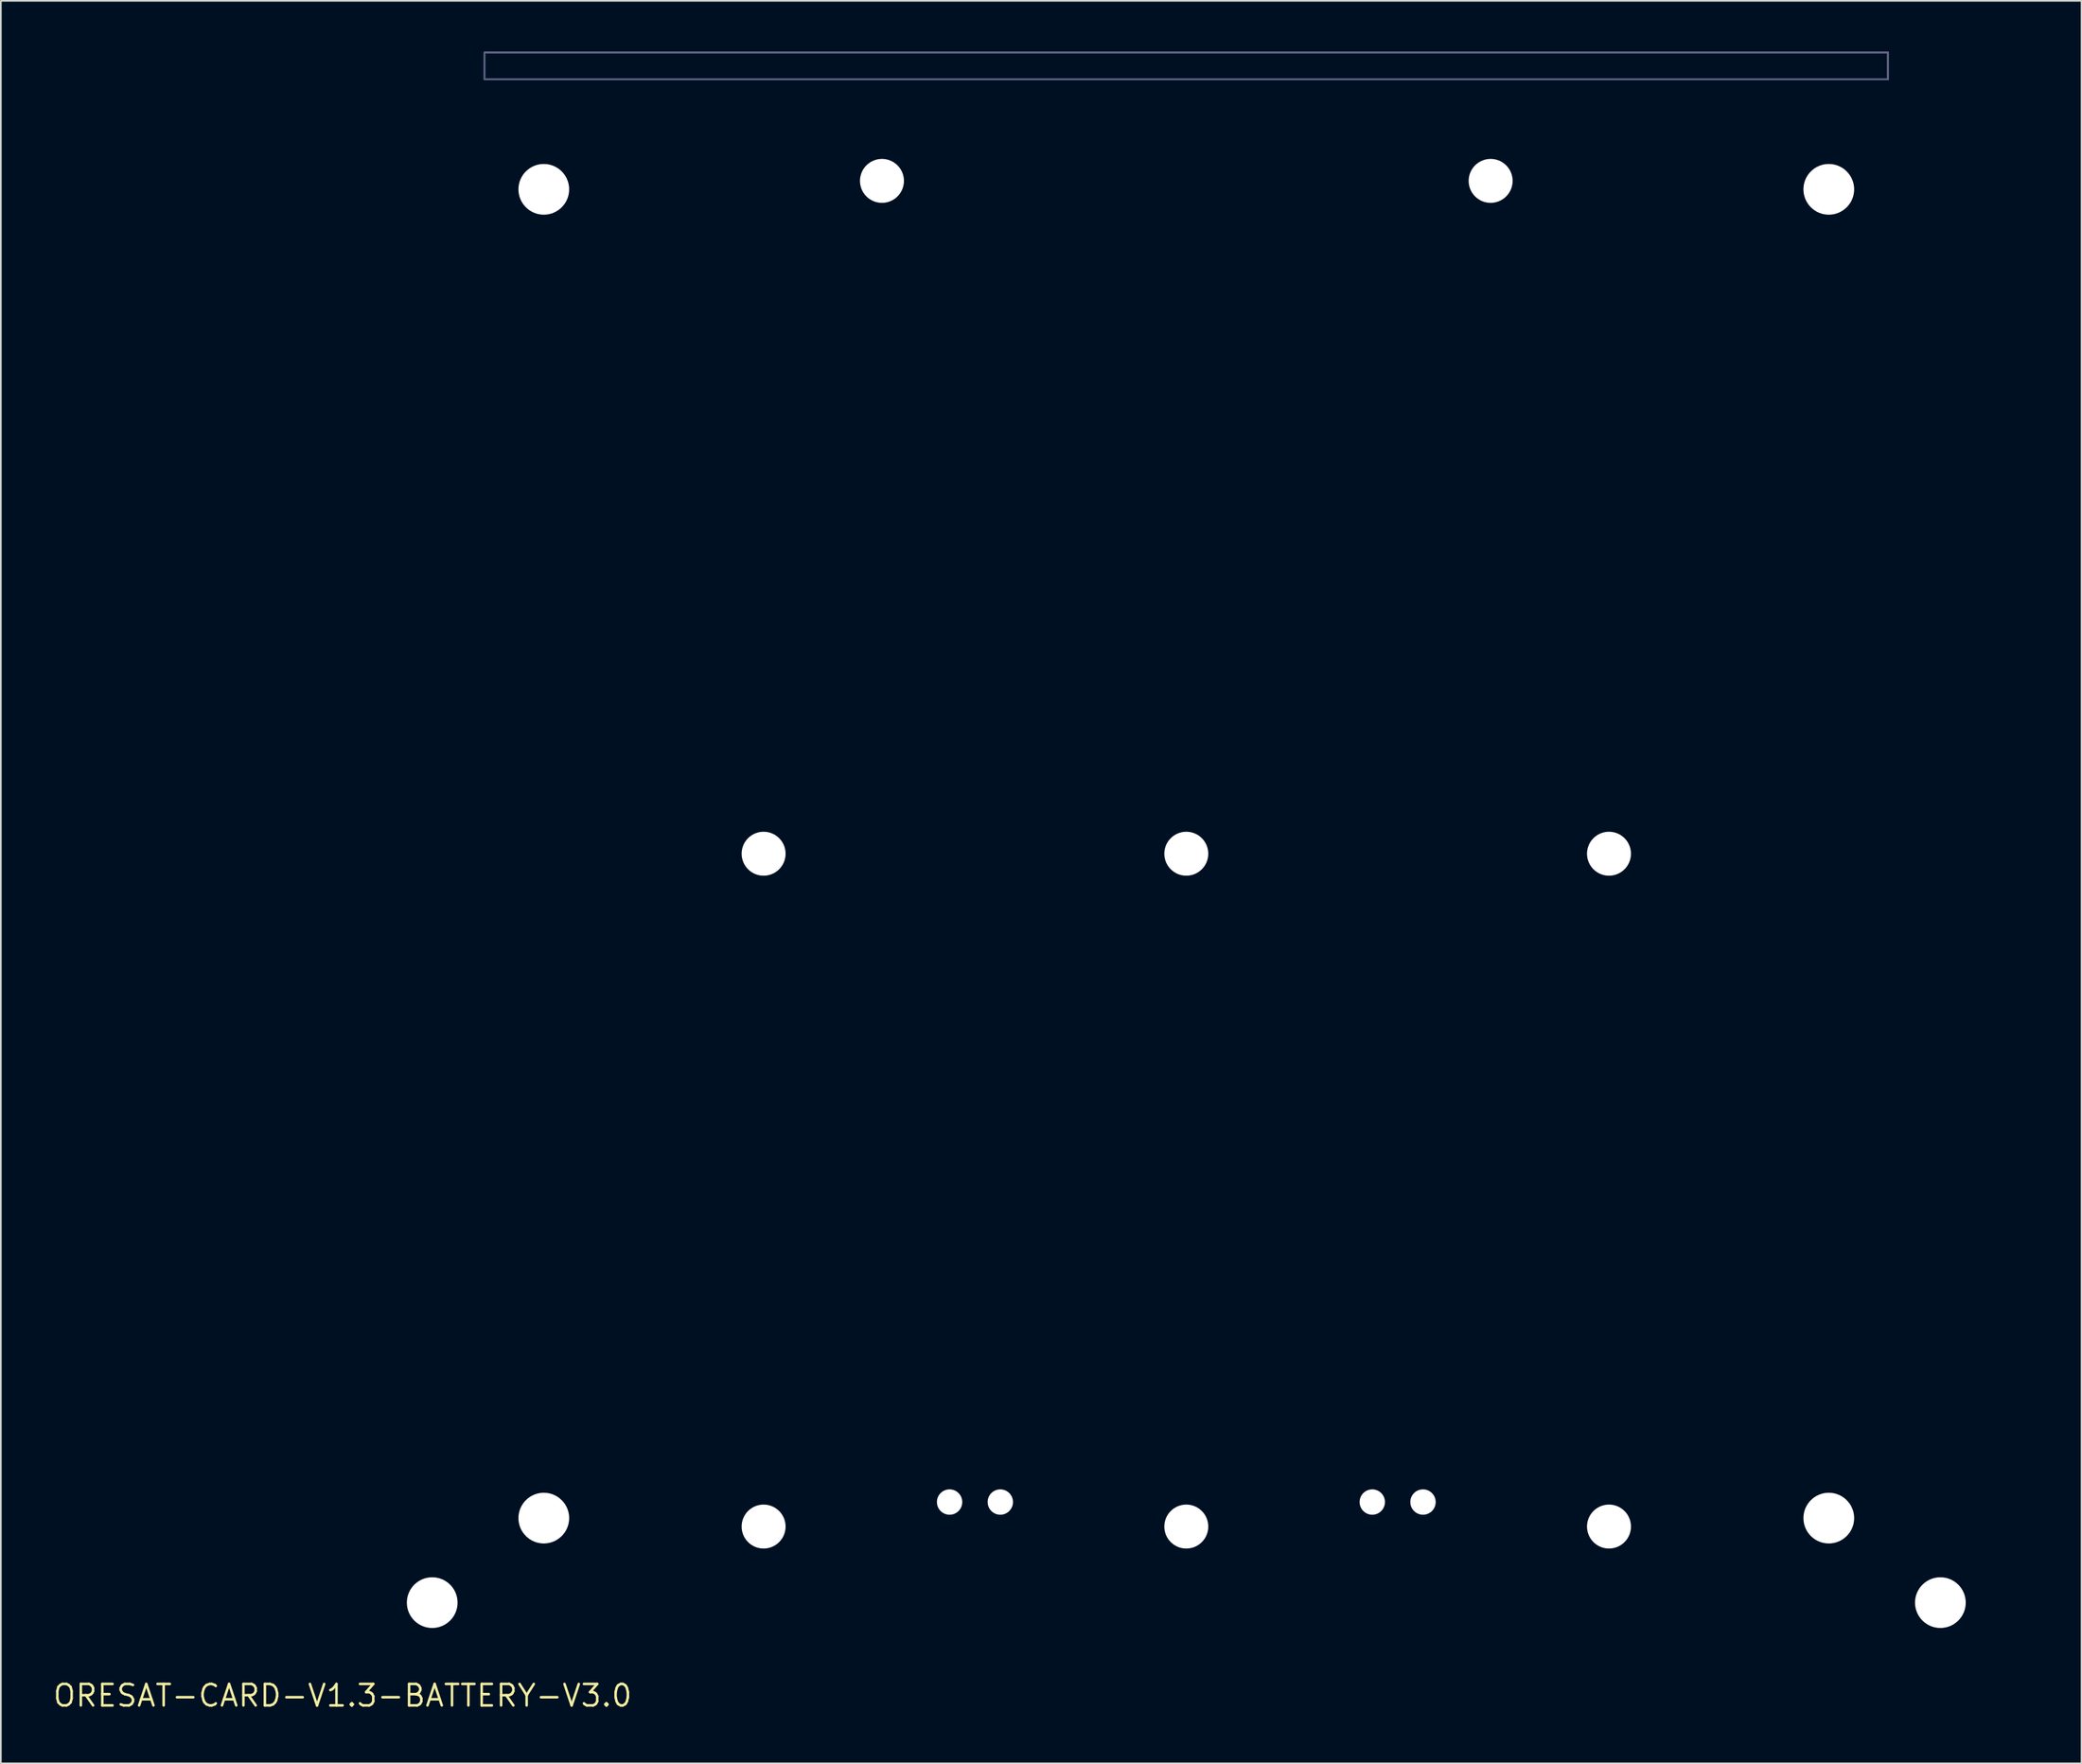
<source format=kicad_pcb>
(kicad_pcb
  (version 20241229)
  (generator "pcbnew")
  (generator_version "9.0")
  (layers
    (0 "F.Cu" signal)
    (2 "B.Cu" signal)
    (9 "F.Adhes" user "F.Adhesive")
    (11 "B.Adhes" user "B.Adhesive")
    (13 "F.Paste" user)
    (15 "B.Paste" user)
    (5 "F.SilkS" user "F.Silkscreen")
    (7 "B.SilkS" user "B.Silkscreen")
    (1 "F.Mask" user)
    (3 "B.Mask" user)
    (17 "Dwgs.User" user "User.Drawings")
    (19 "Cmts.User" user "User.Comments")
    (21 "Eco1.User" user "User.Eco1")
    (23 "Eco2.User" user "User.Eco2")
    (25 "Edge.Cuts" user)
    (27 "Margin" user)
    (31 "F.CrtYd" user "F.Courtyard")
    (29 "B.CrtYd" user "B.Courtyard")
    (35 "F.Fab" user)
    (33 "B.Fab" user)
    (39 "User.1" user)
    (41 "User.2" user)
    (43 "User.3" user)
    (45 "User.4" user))
  (footprint "ORESAT-CARD-V1.3-BATTERY-V3.0"
    (layer "F.Cu")
    (at 17.213 97.25)
    (property "Reference" "ORESAT-CARD-V1.3-BATTERY-V3.0" (at 0 0 0) (layer "F.SilkS") (effects (font (size 1.27 1.27) (thickness 0.15))))
    (fp_circle (center 5.95 -68.1) (end 7.075 -68.1) (stroke (width 2.25) (type solid)) (fill yes) (layer "F.Mask"))
    (fp_circle (center 5.95 -31.5) (end 7.075 -31.5) (stroke (width 2.25) (type solid)) (fill yes) (layer "F.Mask"))
    (fp_circle (center 11.9 -89.1) (end 13.2 -89.1) (stroke (width 2.6) (type solid)) (fill yes) (layer "F.Mask"))
    (fp_circle (center 11.9 -10.5) (end 13.2 -10.5) (stroke (width 2.6) (type solid)) (fill yes) (layer "F.Mask"))
    (fp_circle (center 12.45 -68.1) (end 13.575 -68.1) (stroke (width 2.25) (type solid)) (fill yes) (layer "F.Mask"))
    (fp_circle (center 12.45 -31.5) (end 13.575 -31.5) (stroke (width 2.25) (type solid)) (fill yes) (layer "F.Mask"))
    (fp_circle (center 24.9 -49.8) (end 26.025 -49.8) (stroke (width 2.25) (type solid)) (fill yes) (layer "F.Mask"))
    (fp_circle (center 24.9 -10) (end 26.025 -10) (stroke (width 2.25) (type solid)) (fill yes) (layer "F.Mask"))
    (fp_circle (center 31.9 -89.6) (end 33.025 -89.6) (stroke (width 2.25) (type solid)) (fill yes) (layer "F.Mask"))
    (fp_circle (center 49.9 -49.8) (end 51.025 -49.8) (stroke (width 2.25) (type solid)) (fill yes) (layer "F.Mask"))
    (fp_circle (center 49.9 -10) (end 51.025 -10) (stroke (width 2.25) (type solid)) (fill yes) (layer "F.Mask"))
    (fp_circle (center 67.9 -89.6) (end 69.025 -89.6) (stroke (width 2.25) (type solid)) (fill yes) (layer "F.Mask"))
    (fp_circle (center 74.9 -49.8) (end 76.025 -49.8) (stroke (width 2.25) (type solid)) (fill yes) (layer "F.Mask"))
    (fp_circle (center 74.9 -10) (end 76.025 -10) (stroke (width 2.25) (type solid)) (fill yes) (layer "F.Mask"))
    (fp_circle (center 87.35 -68.1) (end 88.475 -68.1) (stroke (width 2.25) (type solid)) (fill yes) (layer "F.Mask"))
    (fp_circle (center 87.35 -31.5) (end 88.475 -31.5) (stroke (width 2.25) (type solid)) (fill yes) (layer "F.Mask"))
    (fp_circle (center 87.9 -89.1) (end 89.2 -89.1) (stroke (width 2.6) (type solid)) (fill yes) (layer "F.Mask"))
    (fp_circle (center 87.9 -10.5) (end 89.2 -10.5) (stroke (width 2.6) (type solid)) (fill yes) (layer "F.Mask"))
    (fp_circle (center 93.85 -68.1) (end 94.975 -68.1) (stroke (width 2.25) (type solid)) (fill yes) (layer "F.Mask"))
    (fp_circle (center 93.85 -31.5) (end 94.975 -31.5) (stroke (width 2.25) (type solid)) (fill yes) (layer "F.Mask"))
    (fp_poly (pts (xy 2.75 -8.55) (xy 0.497 -8.55) (xy 0.358 -8.568) (xy 0.225 -8.623) (xy 0.111 -8.711) (xy 0.021 -8.827) (xy -0.05 -9.093) (xy -0.05 -88.821) (xy 2.75 -91.621)) (stroke (width 0) (type default)) (fill yes) (layer "F.Mask"))
    (fp_poly (pts (xy 99.85 -88.822) (xy 99.85 -9.097) (xy 99.832 -8.958) (xy 99.777 -8.825) (xy 99.689 -8.711) (xy 99.575 -8.623) (xy 99.442 -8.568) (xy 99.303 -8.55) (xy 97.05 -8.55) (xy 97.05 -91.414)) (stroke (width 0) (type default)) (fill yes) (layer "F.Mask"))
    (fp_poly (pts (xy 84.35 -0.497) (xy 84.332 -0.358) (xy 84.277 -0.225) (xy 84.189 -0.111) (xy 84.075 -0.023) (xy 83.942 0.032) (xy 83.803 0.05) (xy 15.997 0.05) (xy 15.858 0.032) (xy 15.725 -0.023) (xy 15.611 -0.111) (xy 15.521 -0.227) (xy 15.45 -0.493) (xy 15.45 -2.65) (xy 84.35 -2.65)) (stroke (width 0) (type default)) (fill yes) (layer "F.Mask"))
    (fp_poly (pts (xy 2.75 -8.55) (xy 0.497 -8.55) (xy 0.358 -8.568) (xy 0.225 -8.623) (xy 0.111 -8.711) (xy 0.021 -8.827) (xy -0.05 -9.093) (xy -0.05 -88.821) (xy 2.75 -91.621)) (stroke (width 0) (type default)) (fill yes) (layer "B.Mask"))
    (fp_poly (pts (xy 99.85 -88.822) (xy 99.85 -9.097) (xy 99.832 -8.958) (xy 99.777 -8.825) (xy 99.689 -8.711) (xy 99.575 -8.623) (xy 99.442 -8.568) (xy 99.303 -8.55) (xy 97.05 -8.55) (xy 97.05 -91.414)) (stroke (width 0) (type default)) (fill yes) (layer "B.Mask"))
    (fp_poly (pts (xy 84.35 -0.497) (xy 84.332 -0.358) (xy 84.277 -0.225) (xy 84.189 -0.111) (xy 84.075 -0.023) (xy 83.942 0.032) (xy 83.803 0.05) (xy 15.997 0.05) (xy 15.858 0.032) (xy 15.725 -0.023) (xy 15.611 -0.111) (xy 15.521 -0.227) (xy 15.45 -0.493) (xy 15.45 -2.65) (xy 84.35 -2.65)) (stroke (width 0) (type default)) (fill yes) (layer "B.Mask"))
    (fp_line (start 0 -88.8) (end 0 -9.1) (stroke (width 0.001) (type solid)) (layer "Dwgs.User"))
    (fp_line (start 2.25 -8.6) (end 0.5 -8.6) (stroke (width 0.001) (type solid)) (layer "Dwgs.User"))
    (fp_line (start 2.75 -8.1) (end 2.75 -3.4) (stroke (width 0.001) (type solid)) (layer "Dwgs.User"))
    (fp_line (start 3.25 -2.9) (end 15 -2.9) (stroke (width 0.001) (type solid)) (layer "Dwgs.User"))
    (fp_line (start 5.8 -94.6) (end 0 -88.8) (stroke (width 0.001) (type solid)) (layer "Dwgs.User"))
    (fp_line (start 8.668 -94.6) (end 5.8 -94.6) (stroke (width 0.001) (type solid)) (layer "Dwgs.User"))
    (fp_line (start 9.873 -87.9) (end 56.421 -87.9) (stroke (width 0.001) (type solid)) (layer "Dwgs.User"))
    (fp_line (start 13.4 -81.9) (end 13.4 -75.9) (stroke (width 0.001) (type solid)) (layer "Dwgs.User"))
    (fp_line (start 13.4 -63.5) (end 13.4 -57.5) (stroke (width 0.001) (type solid)) (layer "Dwgs.User"))
    (fp_line (start 13.4 -42.1) (end 13.4 -36.1) (stroke (width 0.001) (type solid)) (layer "Dwgs.User"))
    (fp_line (start 13.4 -23.7) (end 13.4 -17.7) (stroke (width 0.001) (type solid)) (layer "Dwgs.User"))
    (fp_line (start 14.4 -75.9) (end 14.4 -81.9) (stroke (width 0.001) (type solid)) (layer "Dwgs.User"))
    (fp_line (start 14.4 -57.5) (end 14.4 -63.5) (stroke (width 0.001) (type solid)) (layer "Dwgs.User"))
    (fp_line (start 14.4 -36.1) (end 14.4 -42.1) (stroke (width 0.001) (type solid)) (layer "Dwgs.User"))
    (fp_line (start 14.4 -17.7) (end 14.4 -23.7) (stroke (width 0.001) (type solid)) (layer "Dwgs.User"))
    (fp_line (start 15.5 -2.4) (end 15.5 -0.5) (stroke (width 0.001) (type solid)) (layer "Dwgs.User"))
    (fp_line (start 16.4 -81.9) (end 16.4 -75.9) (stroke (width 0.001) (type solid)) (layer "Dwgs.User"))
    (fp_line (start 16.4 -63.5) (end 16.4 -57.5) (stroke (width 0.001) (type solid)) (layer "Dwgs.User"))
    (fp_line (start 16.4 -42.1) (end 16.4 -36.1) (stroke (width 0.001) (type solid)) (layer "Dwgs.User"))
    (fp_line (start 16.4 -23.7) (end 16.4 -17.7) (stroke (width 0.001) (type solid)) (layer "Dwgs.User"))
    (fp_line (start 17.4 -75.9) (end 17.4 -81.9) (stroke (width 0.001) (type solid)) (layer "Dwgs.User"))
    (fp_line (start 17.4 -57.5) (end 17.4 -63.5) (stroke (width 0.001) (type solid)) (layer "Dwgs.User"))
    (fp_line (start 17.4 -36.1) (end 17.4 -42.1) (stroke (width 0.001) (type solid)) (layer "Dwgs.User"))
    (fp_line (start 17.4 -17.7) (end 17.4 -23.7) (stroke (width 0.001) (type solid)) (layer "Dwgs.User"))
    (fp_line (start 21.9 -89.9) (end 21.9 -85.9) (stroke (width 0.001) (type solid)) (layer "Dwgs.User"))
    (fp_line (start 31.668 -94.6) (end 12.132 -94.6) (stroke (width 0.001) (type solid)) (layer "Dwgs.User"))
    (fp_line (start 37.657 -88.656) (end 38.013 -88.656) (stroke (width 0.001) (type solid)) (layer "Dwgs.User"))
    (fp_line (start 37.657 -88.402) (end 37.657 -88.656) (stroke (width 0.001) (type solid)) (layer "Dwgs.User"))
    (fp_line (start 37.657 -87.386) (end 38.013 -87.386) (stroke (width 0.001) (type solid)) (layer "Dwgs.User"))
    (fp_line (start 37.657 -87.132) (end 37.657 -87.386) (stroke (width 0.001) (type solid)) (layer "Dwgs.User"))
    (fp_line (start 38.013 -88.656) (end 38.013 -88.402) (stroke (width 0.001) (type solid)) (layer "Dwgs.User"))
    (fp_line (start 38.013 -88.402) (end 37.657 -88.402) (stroke (width 0.001) (type solid)) (layer "Dwgs.User"))
    (fp_line (start 38.013 -87.386) (end 38.013 -87.132) (stroke (width 0.001) (type solid)) (layer "Dwgs.User"))
    (fp_line (start 38.013 -87.132) (end 37.657 -87.132) (stroke (width 0.001) (type solid)) (layer "Dwgs.User"))
    (fp_line (start 38.927 -88.656) (end 39.283 -88.656) (stroke (width 0.001) (type solid)) (layer "Dwgs.User"))
    (fp_line (start 38.927 -88.402) (end 38.927 -88.656) (stroke (width 0.001) (type solid)) (layer "Dwgs.User"))
    (fp_line (start 38.927 -87.386) (end 39.283 -87.386) (stroke (width 0.001) (type solid)) (layer "Dwgs.User"))
    (fp_line (start 38.927 -87.132) (end 38.927 -87.386) (stroke (width 0.001) (type solid)) (layer "Dwgs.User"))
    (fp_line (start 39.283 -88.656) (end 39.283 -88.402) (stroke (width 0.001) (type solid)) (layer "Dwgs.User"))
    (fp_line (start 39.283 -88.402) (end 38.927 -88.402) (stroke (width 0.001) (type solid)) (layer "Dwgs.User"))
    (fp_line (start 39.283 -87.386) (end 39.283 -87.132) (stroke (width 0.001) (type solid)) (layer "Dwgs.User"))
    (fp_line (start 39.283 -87.132) (end 38.927 -87.132) (stroke (width 0.001) (type solid)) (layer "Dwgs.User"))
    (fp_line (start 40.197 -88.656) (end 40.553 -88.656) (stroke (width 0.001) (type solid)) (layer "Dwgs.User"))
    (fp_line (start 40.197 -88.402) (end 40.197 -88.656) (stroke (width 0.001) (type solid)) (layer "Dwgs.User"))
    (fp_line (start 40.197 -87.386) (end 40.553 -87.386) (stroke (width 0.001) (type solid)) (layer "Dwgs.User"))
    (fp_line (start 40.197 -87.132) (end 40.197 -87.386) (stroke (width 0.001) (type solid)) (layer "Dwgs.User"))
    (fp_line (start 40.553 -88.656) (end 40.553 -88.402) (stroke (width 0.001) (type solid)) (layer "Dwgs.User"))
    (fp_line (start 40.553 -88.402) (end 40.197 -88.402) (stroke (width 0.001) (type solid)) (layer "Dwgs.User"))
    (fp_line (start 40.553 -87.386) (end 40.553 -87.132) (stroke (width 0.001) (type solid)) (layer "Dwgs.User"))
    (fp_line (start 40.553 -87.132) (end 40.197 -87.132) (stroke (width 0.001) (type solid)) (layer "Dwgs.User"))
    (fp_line (start 41.467 -88.656) (end 41.823 -88.656) (stroke (width 0.001) (type solid)) (layer "Dwgs.User"))
    (fp_line (start 41.467 -88.402) (end 41.467 -88.656) (stroke (width 0.001) (type solid)) (layer "Dwgs.User"))
    (fp_line (start 41.467 -87.386) (end 41.823 -87.386) (stroke (width 0.001) (type solid)) (layer "Dwgs.User"))
    (fp_line (start 41.467 -87.132) (end 41.467 -87.386) (stroke (width 0.001) (type solid)) (layer "Dwgs.User"))
    (fp_line (start 41.823 -88.656) (end 41.823 -88.402) (stroke (width 0.001) (type solid)) (layer "Dwgs.User"))
    (fp_line (start 41.823 -88.402) (end 41.467 -88.402) (stroke (width 0.001) (type solid)) (layer "Dwgs.User"))
    (fp_line (start 41.823 -87.386) (end 41.823 -87.132) (stroke (width 0.001) (type solid)) (layer "Dwgs.User"))
    (fp_line (start 41.823 -87.132) (end 41.467 -87.132) (stroke (width 0.001) (type solid)) (layer "Dwgs.User"))
    (fp_line (start 42.737 -88.656) (end 43.093 -88.656) (stroke (width 0.001) (type solid)) (layer "Dwgs.User"))
    (fp_line (start 42.737 -88.402) (end 42.737 -88.656) (stroke (width 0.001) (type solid)) (layer "Dwgs.User"))
    (fp_line (start 42.737 -87.386) (end 43.093 -87.386) (stroke (width 0.001) (type solid)) (layer "Dwgs.User"))
    (fp_line (start 42.737 -87.132) (end 42.737 -87.386) (stroke (width 0.001) (type solid)) (layer "Dwgs.User"))
    (fp_line (start 43.093 -88.656) (end 43.093 -88.402) (stroke (width 0.001) (type solid)) (layer "Dwgs.User"))
    (fp_line (start 43.093 -88.402) (end 42.737 -88.402) (stroke (width 0.001) (type solid)) (layer "Dwgs.User"))
    (fp_line (start 43.093 -87.386) (end 43.093 -87.132) (stroke (width 0.001) (type solid)) (layer "Dwgs.User"))
    (fp_line (start 43.093 -87.132) (end 42.737 -87.132) (stroke (width 0.001) (type solid)) (layer "Dwgs.User"))
    (fp_line (start 44.007 -88.656) (end 44.363 -88.656) (stroke (width 0.001) (type solid)) (layer "Dwgs.User"))
    (fp_line (start 44.007 -88.402) (end 44.007 -88.656) (stroke (width 0.001) (type solid)) (layer "Dwgs.User"))
    (fp_line (start 44.007 -87.386) (end 44.363 -87.386) (stroke (width 0.001) (type solid)) (layer "Dwgs.User"))
    (fp_line (start 44.007 -87.132) (end 44.007 -87.386) (stroke (width 0.001) (type solid)) (layer "Dwgs.User"))
    (fp_line (start 44.363 -88.656) (end 44.363 -88.402) (stroke (width 0.001) (type solid)) (layer "Dwgs.User"))
    (fp_line (start 44.363 -88.402) (end 44.007 -88.402) (stroke (width 0.001) (type solid)) (layer "Dwgs.User"))
    (fp_line (start 44.363 -87.386) (end 44.363 -87.132) (stroke (width 0.001) (type solid)) (layer "Dwgs.User"))
    (fp_line (start 44.363 -87.132) (end 44.007 -87.132) (stroke (width 0.001) (type solid)) (layer "Dwgs.User"))
    (fp_line (start 45.277 -88.656) (end 45.633 -88.656) (stroke (width 0.001) (type solid)) (layer "Dwgs.User"))
    (fp_line (start 45.277 -88.402) (end 45.277 -88.656) (stroke (width 0.001) (type solid)) (layer "Dwgs.User"))
    (fp_line (start 45.277 -87.386) (end 45.633 -87.386) (stroke (width 0.001) (type solid)) (layer "Dwgs.User"))
    (fp_line (start 45.277 -87.132) (end 45.277 -87.386) (stroke (width 0.001) (type solid)) (layer "Dwgs.User"))
    (fp_line (start 45.633 -88.656) (end 45.633 -88.402) (stroke (width 0.001) (type solid)) (layer "Dwgs.User"))
    (fp_line (start 45.633 -88.402) (end 45.277 -88.402) (stroke (width 0.001) (type solid)) (layer "Dwgs.User"))
    (fp_line (start 45.633 -87.386) (end 45.633 -87.132) (stroke (width 0.001) (type solid)) (layer "Dwgs.User"))
    (fp_line (start 45.633 -87.132) (end 45.277 -87.132) (stroke (width 0.001) (type solid)) (layer "Dwgs.User"))
    (fp_line (start 46.547 -88.656) (end 46.903 -88.656) (stroke (width 0.001) (type solid)) (layer "Dwgs.User"))
    (fp_line (start 46.547 -88.402) (end 46.547 -88.656) (stroke (width 0.001) (type solid)) (layer "Dwgs.User"))
    (fp_line (start 46.547 -87.386) (end 46.903 -87.386) (stroke (width 0.001) (type solid)) (layer "Dwgs.User"))
    (fp_line (start 46.547 -87.132) (end 46.547 -87.386) (stroke (width 0.001) (type solid)) (layer "Dwgs.User"))
    (fp_line (start 46.903 -88.656) (end 46.903 -88.402) (stroke (width 0.001) (type solid)) (layer "Dwgs.User"))
    (fp_line (start 46.903 -88.402) (end 46.547 -88.402) (stroke (width 0.001) (type solid)) (layer "Dwgs.User"))
    (fp_line (start 46.903 -87.386) (end 46.903 -87.132) (stroke (width 0.001) (type solid)) (layer "Dwgs.User"))
    (fp_line (start 46.903 -87.132) (end 46.547 -87.132) (stroke (width 0.001) (type solid)) (layer "Dwgs.User"))
    (fp_line (start 47.817 -88.656) (end 48.173 -88.656) (stroke (width 0.001) (type solid)) (layer "Dwgs.User"))
    (fp_line (start 47.817 -88.402) (end 47.817 -88.656) (stroke (width 0.001) (type solid)) (layer "Dwgs.User"))
    (fp_line (start 47.817 -87.386) (end 48.173 -87.386) (stroke (width 0.001) (type solid)) (layer "Dwgs.User"))
    (fp_line (start 47.817 -87.132) (end 47.817 -87.386) (stroke (width 0.001) (type solid)) (layer "Dwgs.User"))
    (fp_line (start 48.173 -88.656) (end 48.173 -88.402) (stroke (width 0.001) (type solid)) (layer "Dwgs.User"))
    (fp_line (start 48.173 -88.402) (end 47.817 -88.402) (stroke (width 0.001) (type solid)) (layer "Dwgs.User"))
    (fp_line (start 48.173 -87.386) (end 48.173 -87.132) (stroke (width 0.001) (type solid)) (layer "Dwgs.User"))
    (fp_line (start 48.173 -87.132) (end 47.817 -87.132) (stroke (width 0.001) (type solid)) (layer "Dwgs.User"))
    (fp_line (start 49.087 -88.656) (end 49.443 -88.656) (stroke (width 0.001) (type solid)) (layer "Dwgs.User"))
    (fp_line (start 49.087 -88.402) (end 49.087 -88.656) (stroke (width 0.001) (type solid)) (layer "Dwgs.User"))
    (fp_line (start 49.087 -87.386) (end 49.443 -87.386) (stroke (width 0.001) (type solid)) (layer "Dwgs.User"))
    (fp_line (start 49.087 -87.132) (end 49.087 -87.386) (stroke (width 0.001) (type solid)) (layer "Dwgs.User"))
    (fp_line (start 49.443 -88.656) (end 49.443 -88.402) (stroke (width 0.001) (type solid)) (layer "Dwgs.User"))
    (fp_line (start 49.443 -88.402) (end 49.087 -88.402) (stroke (width 0.001) (type solid)) (layer "Dwgs.User"))
    (fp_line (start 49.443 -87.386) (end 49.443 -87.132) (stroke (width 0.001) (type solid)) (layer "Dwgs.User"))
    (fp_line (start 49.443 -87.132) (end 49.087 -87.132) (stroke (width 0.001) (type solid)) (layer "Dwgs.User"))
    (fp_line (start 49.9 -44.572) (end 49.9 -89.9) (stroke (width 0.001) (type solid)) (layer "Dwgs.User"))
    (fp_line (start 50.357 -88.656) (end 50.713 -88.656) (stroke (width 0.001) (type solid)) (layer "Dwgs.User"))
    (fp_line (start 50.357 -88.402) (end 50.357 -88.656) (stroke (width 0.001) (type solid)) (layer "Dwgs.User"))
    (fp_line (start 50.357 -87.386) (end 50.713 -87.386) (stroke (width 0.001) (type solid)) (layer "Dwgs.User"))
    (fp_line (start 50.357 -87.132) (end 50.357 -87.386) (stroke (width 0.001) (type solid)) (layer "Dwgs.User"))
    (fp_line (start 50.713 -88.656) (end 50.713 -88.402) (stroke (width 0.001) (type solid)) (layer "Dwgs.User"))
    (fp_line (start 50.713 -88.402) (end 50.357 -88.402) (stroke (width 0.001) (type solid)) (layer "Dwgs.User"))
    (fp_line (start 50.713 -87.386) (end 50.713 -87.132) (stroke (width 0.001) (type solid)) (layer "Dwgs.User"))
    (fp_line (start 50.713 -87.132) (end 50.357 -87.132) (stroke (width 0.001) (type solid)) (layer "Dwgs.User"))
    (fp_line (start 51.627 -88.656) (end 51.983 -88.656) (stroke (width 0.001) (type solid)) (layer "Dwgs.User"))
    (fp_line (start 51.627 -88.402) (end 51.627 -88.656) (stroke (width 0.001) (type solid)) (layer "Dwgs.User"))
    (fp_line (start 51.627 -87.386) (end 51.983 -87.386) (stroke (width 0.001) (type solid)) (layer "Dwgs.User"))
    (fp_line (start 51.627 -87.132) (end 51.627 -87.386) (stroke (width 0.001) (type solid)) (layer "Dwgs.User"))
    (fp_line (start 51.983 -88.656) (end 51.983 -88.402) (stroke (width 0.001) (type solid)) (layer "Dwgs.User"))
    (fp_line (start 51.983 -88.402) (end 51.627 -88.402) (stroke (width 0.001) (type solid)) (layer "Dwgs.User"))
    (fp_line (start 51.983 -87.386) (end 51.983 -87.132) (stroke (width 0.001) (type solid)) (layer "Dwgs.User"))
    (fp_line (start 51.983 -87.132) (end 51.627 -87.132) (stroke (width 0.001) (type solid)) (layer "Dwgs.User"))
    (fp_line (start 52.897 -88.656) (end 53.253 -88.656) (stroke (width 0.001) (type solid)) (layer "Dwgs.User"))
    (fp_line (start 52.897 -88.402) (end 52.897 -88.656) (stroke (width 0.001) (type solid)) (layer "Dwgs.User"))
    (fp_line (start 52.897 -87.386) (end 53.253 -87.386) (stroke (width 0.001) (type solid)) (layer "Dwgs.User"))
    (fp_line (start 52.897 -87.132) (end 52.897 -87.386) (stroke (width 0.001) (type solid)) (layer "Dwgs.User"))
    (fp_line (start 53.253 -88.656) (end 53.253 -88.402) (stroke (width 0.001) (type solid)) (layer "Dwgs.User"))
    (fp_line (start 53.253 -88.402) (end 52.897 -88.402) (stroke (width 0.001) (type solid)) (layer "Dwgs.User"))
    (fp_line (start 53.253 -87.386) (end 53.253 -87.132) (stroke (width 0.001) (type solid)) (layer "Dwgs.User"))
    (fp_line (start 53.253 -87.132) (end 52.897 -87.132) (stroke (width 0.001) (type solid)) (layer "Dwgs.User"))
    (fp_line (start 54.167 -88.656) (end 54.523 -88.656) (stroke (width 0.001) (type solid)) (layer "Dwgs.User"))
    (fp_line (start 54.167 -88.402) (end 54.167 -88.656) (stroke (width 0.001) (type solid)) (layer "Dwgs.User"))
    (fp_line (start 54.167 -87.386) (end 54.523 -87.386) (stroke (width 0.001) (type solid)) (layer "Dwgs.User"))
    (fp_line (start 54.167 -87.132) (end 54.167 -87.386) (stroke (width 0.001) (type solid)) (layer "Dwgs.User"))
    (fp_line (start 54.523 -88.656) (end 54.523 -88.402) (stroke (width 0.001) (type solid)) (layer "Dwgs.User"))
    (fp_line (start 54.523 -88.402) (end 54.167 -88.402) (stroke (width 0.001) (type solid)) (layer "Dwgs.User"))
    (fp_line (start 54.523 -87.386) (end 54.523 -87.132) (stroke (width 0.001) (type solid)) (layer "Dwgs.User"))
    (fp_line (start 54.523 -87.132) (end 54.167 -87.132) (stroke (width 0.001) (type solid)) (layer "Dwgs.User"))
    (fp_line (start 55.437 -88.656) (end 55.793 -88.656) (stroke (width 0.001) (type solid)) (layer "Dwgs.User"))
    (fp_line (start 55.437 -88.402) (end 55.437 -88.656) (stroke (width 0.001) (type solid)) (layer "Dwgs.User"))
    (fp_line (start 55.437 -87.386) (end 55.793 -87.386) (stroke (width 0.001) (type solid)) (layer "Dwgs.User"))
    (fp_line (start 55.437 -87.132) (end 55.437 -87.386) (stroke (width 0.001) (type solid)) (layer "Dwgs.User"))
    (fp_line (start 55.793 -88.656) (end 55.793 -88.402) (stroke (width 0.001) (type solid)) (layer "Dwgs.User"))
    (fp_line (start 55.793 -88.402) (end 55.437 -88.402) (stroke (width 0.001) (type solid)) (layer "Dwgs.User"))
    (fp_line (start 55.793 -87.386) (end 55.793 -87.132) (stroke (width 0.001) (type solid)) (layer "Dwgs.User"))
    (fp_line (start 55.793 -87.132) (end 55.437 -87.132) (stroke (width 0.001) (type solid)) (layer "Dwgs.User"))
    (fp_line (start 56.707 -88.656) (end 57.063 -88.656) (stroke (width 0.001) (type solid)) (layer "Dwgs.User"))
    (fp_line (start 56.707 -88.402) (end 56.707 -88.656) (stroke (width 0.001) (type solid)) (layer "Dwgs.User"))
    (fp_line (start 56.707 -87.386) (end 57.063 -87.386) (stroke (width 0.001) (type solid)) (layer "Dwgs.User"))
    (fp_line (start 56.707 -87.132) (end 56.707 -87.386) (stroke (width 0.001) (type solid)) (layer "Dwgs.User"))
    (fp_line (start 57.063 -88.656) (end 57.063 -88.402) (stroke (width 0.001) (type solid)) (layer "Dwgs.User"))
    (fp_line (start 57.063 -88.402) (end 56.707 -88.402) (stroke (width 0.001) (type solid)) (layer "Dwgs.User"))
    (fp_line (start 57.063 -87.386) (end 57.063 -87.132) (stroke (width 0.001) (type solid)) (layer "Dwgs.User"))
    (fp_line (start 57.063 -87.132) (end 56.707 -87.132) (stroke (width 0.001) (type solid)) (layer "Dwgs.User"))
    (fp_line (start 57.977 -88.656) (end 58.333 -88.656) (stroke (width 0.001) (type solid)) (layer "Dwgs.User"))
    (fp_line (start 57.977 -88.402) (end 57.977 -88.656) (stroke (width 0.001) (type solid)) (layer "Dwgs.User"))
    (fp_line (start 57.977 -87.386) (end 58.333 -87.386) (stroke (width 0.001) (type solid)) (layer "Dwgs.User"))
    (fp_line (start 57.977 -87.132) (end 57.977 -87.386) (stroke (width 0.001) (type solid)) (layer "Dwgs.User"))
    (fp_line (start 58.333 -88.656) (end 58.333 -88.402) (stroke (width 0.001) (type solid)) (layer "Dwgs.User"))
    (fp_line (start 58.333 -88.402) (end 57.977 -88.402) (stroke (width 0.001) (type solid)) (layer "Dwgs.User"))
    (fp_line (start 58.333 -87.386) (end 58.333 -87.132) (stroke (width 0.001) (type solid)) (layer "Dwgs.User"))
    (fp_line (start 58.333 -87.132) (end 57.977 -87.132) (stroke (width 0.001) (type solid)) (layer "Dwgs.User"))
    (fp_line (start 59.247 -88.656) (end 59.603 -88.656) (stroke (width 0.001) (type solid)) (layer "Dwgs.User"))
    (fp_line (start 59.247 -88.402) (end 59.247 -88.656) (stroke (width 0.001) (type solid)) (layer "Dwgs.User"))
    (fp_line (start 59.247 -87.386) (end 59.603 -87.386) (stroke (width 0.001) (type solid)) (layer "Dwgs.User"))
    (fp_line (start 59.247 -87.132) (end 59.247 -87.386) (stroke (width 0.001) (type solid)) (layer "Dwgs.User"))
    (fp_line (start 59.603 -88.656) (end 59.603 -88.402) (stroke (width 0.001) (type solid)) (layer "Dwgs.User"))
    (fp_line (start 59.603 -88.402) (end 59.247 -88.402) (stroke (width 0.001) (type solid)) (layer "Dwgs.User"))
    (fp_line (start 59.603 -87.386) (end 59.603 -87.132) (stroke (width 0.001) (type solid)) (layer "Dwgs.User"))
    (fp_line (start 59.603 -87.132) (end 59.247 -87.132) (stroke (width 0.001) (type solid)) (layer "Dwgs.User"))
    (fp_line (start 60.517 -88.656) (end 60.873 -88.656) (stroke (width 0.001) (type solid)) (layer "Dwgs.User"))
    (fp_line (start 60.517 -88.402) (end 60.517 -88.656) (stroke (width 0.001) (type solid)) (layer "Dwgs.User"))
    (fp_line (start 60.517 -87.386) (end 60.873 -87.386) (stroke (width 0.001) (type solid)) (layer "Dwgs.User"))
    (fp_line (start 60.517 -87.132) (end 60.517 -87.386) (stroke (width 0.001) (type solid)) (layer "Dwgs.User"))
    (fp_line (start 60.873 -88.656) (end 60.873 -88.402) (stroke (width 0.001) (type solid)) (layer "Dwgs.User"))
    (fp_line (start 60.873 -88.402) (end 60.517 -88.402) (stroke (width 0.001) (type solid)) (layer "Dwgs.User"))
    (fp_line (start 60.873 -87.386) (end 60.873 -87.132) (stroke (width 0.001) (type solid)) (layer "Dwgs.User"))
    (fp_line (start 60.873 -87.132) (end 60.517 -87.132) (stroke (width 0.001) (type solid)) (layer "Dwgs.User"))
    (fp_line (start 61.787 -88.656) (end 62.143 -88.656) (stroke (width 0.001) (type solid)) (layer "Dwgs.User"))
    (fp_line (start 61.787 -88.402) (end 61.787 -88.656) (stroke (width 0.001) (type solid)) (layer "Dwgs.User"))
    (fp_line (start 61.787 -87.386) (end 62.143 -87.386) (stroke (width 0.001) (type solid)) (layer "Dwgs.User"))
    (fp_line (start 61.787 -87.132) (end 61.787 -87.386) (stroke (width 0.001) (type solid)) (layer "Dwgs.User"))
    (fp_line (start 62.143 -88.656) (end 62.143 -88.402) (stroke (width 0.001) (type solid)) (layer "Dwgs.User"))
    (fp_line (start 62.143 -88.402) (end 61.787 -88.402) (stroke (width 0.001) (type solid)) (layer "Dwgs.User"))
    (fp_line (start 62.143 -87.386) (end 62.143 -87.132) (stroke (width 0.001) (type solid)) (layer "Dwgs.User"))
    (fp_line (start 62.143 -87.132) (end 61.787 -87.132) (stroke (width 0.001) (type solid)) (layer "Dwgs.User"))
    (fp_line (start 64.668 -94.6) (end 35.132 -94.6) (stroke (width 0.001) (type solid)) (layer "Dwgs.User"))
    (fp_line (start 82.4 -81.9) (end 82.4 -75.9) (stroke (width 0.001) (type solid)) (layer "Dwgs.User"))
    (fp_line (start 82.4 -63.5) (end 82.4 -57.5) (stroke (width 0.001) (type solid)) (layer "Dwgs.User"))
    (fp_line (start 82.4 -42.1) (end 82.4 -36.1) (stroke (width 0.001) (type solid)) (layer "Dwgs.User"))
    (fp_line (start 82.4 -23.7) (end 82.4 -17.7) (stroke (width 0.001) (type solid)) (layer "Dwgs.User"))
    (fp_line (start 83.4 -75.9) (end 83.4 -81.9) (stroke (width 0.001) (type solid)) (layer "Dwgs.User"))
    (fp_line (start 83.4 -57.5) (end 83.4 -63.5) (stroke (width 0.001) (type solid)) (layer "Dwgs.User"))
    (fp_line (start 83.4 -36.1) (end 83.4 -42.1) (stroke (width 0.001) (type solid)) (layer "Dwgs.User"))
    (fp_line (start 83.4 -17.7) (end 83.4 -23.7) (stroke (width 0.001) (type solid)) (layer "Dwgs.User"))
    (fp_line (start 83.8 0) (end 16 0) (stroke (width 0.001) (type solid)) (layer "Dwgs.User"))
    (fp_line (start 84.3 -0.5) (end 84.3 -2.4) (stroke (width 0.001) (type solid)) (layer "Dwgs.User"))
    (fp_line (start 84.8 -2.9) (end 96.55 -2.9) (stroke (width 0.001) (type solid)) (layer "Dwgs.User"))
    (fp_line (start 85.4 -81.9) (end 85.4 -75.9) (stroke (width 0.001) (type solid)) (layer "Dwgs.User"))
    (fp_line (start 85.4 -63.5) (end 85.4 -57.5) (stroke (width 0.001) (type solid)) (layer "Dwgs.User"))
    (fp_line (start 85.4 -42.1) (end 85.4 -36.1) (stroke (width 0.001) (type solid)) (layer "Dwgs.User"))
    (fp_line (start 85.4 -23.7) (end 85.4 -17.7) (stroke (width 0.001) (type solid)) (layer "Dwgs.User"))
    (fp_line (start 86.4 -75.9) (end 86.4 -81.9) (stroke (width 0.001) (type solid)) (layer "Dwgs.User"))
    (fp_line (start 86.4 -57.5) (end 86.4 -63.5) (stroke (width 0.001) (type solid)) (layer "Dwgs.User"))
    (fp_line (start 86.4 -36.1) (end 86.4 -42.1) (stroke (width 0.001) (type solid)) (layer "Dwgs.User"))
    (fp_line (start 86.4 -17.7) (end 86.4 -23.7) (stroke (width 0.001) (type solid)) (layer "Dwgs.User"))
    (fp_line (start 87.668 -94.6) (end 68.132 -94.6) (stroke (width 0.001) (type solid)) (layer "Dwgs.User"))
    (fp_line (start 94 -94.6) (end 91.132 -94.6) (stroke (width 0.001) (type solid)) (layer "Dwgs.User"))
    (fp_line (start 97.05 -3.4) (end 97.05 -8.1) (stroke (width 0.001) (type solid)) (layer "Dwgs.User"))
    (fp_line (start 99.3 -8.6) (end 97.55 -8.6) (stroke (width 0.001) (type solid)) (layer "Dwgs.User"))
    (fp_line (start 99.8 -88.8) (end 94 -94.6) (stroke (width 0.001) (type solid)) (layer "Dwgs.User"))
    (fp_line (start 99.8 -9.1) (end 99.8 -88.8) (stroke (width 0.001) (type solid)) (layer "Dwgs.User"))
    (fp_arc (start 0.5 -8.6) (mid 0.146447 -8.746447) (end 0 -9.1) (stroke (width 0.001) (type solid)) (layer "Dwgs.User"))
    (fp_arc (start 2.25 -8.6) (mid 2.603553 -8.453553) (end 2.75 -8.1) (stroke (width 0.001) (type solid)) (layer "Dwgs.User"))
    (fp_arc (start 3.25 -2.9) (mid 2.896447 -3.046447) (end 2.75 -3.4) (stroke (width 0.001) (type solid)) (layer "Dwgs.User"))
    (fp_arc (start 12.132049 -94.599999) (mid 10.399999 -93.600001) (end 8.66795 -94.6) (stroke (width 0.001) (type solid)) (layer "Dwgs.User"))
    (fp_arc (start 13.4 -81.9) (mid 13.9 -82.4) (end 14.4 -81.9) (stroke (width 0.001) (type solid)) (layer "Dwgs.User"))
    (fp_arc (start 13.4 -63.5) (mid 13.9 -64) (end 14.4 -63.5) (stroke (width 0.001) (type solid)) (layer "Dwgs.User"))
    (fp_arc (start 13.4 -42.1) (mid 13.9 -42.6) (end 14.4 -42.1) (stroke (width 0.001) (type solid)) (layer "Dwgs.User"))
    (fp_arc (start 13.4 -23.7) (mid 13.9 -24.2) (end 14.4 -23.7) (stroke (width 0.001) (type solid)) (layer "Dwgs.User"))
    (fp_arc (start 14.4 -75.9) (mid 13.9 -75.4) (end 13.4 -75.9) (stroke (width 0.001) (type solid)) (layer "Dwgs.User"))
    (fp_arc (start 14.4 -57.5) (mid 13.9 -57) (end 13.4 -57.5) (stroke (width 0.001) (type solid)) (layer "Dwgs.User"))
    (fp_arc (start 14.4 -36.1) (mid 13.9 -35.6) (end 13.4 -36.1) (stroke (width 0.001) (type solid)) (layer "Dwgs.User"))
    (fp_arc (start 14.4 -17.7) (mid 13.9 -17.2) (end 13.4 -17.7) (stroke (width 0.001) (type solid)) (layer "Dwgs.User"))
    (fp_arc (start 15 -2.9) (mid 15.353553 -2.753553) (end 15.5 -2.4) (stroke (width 0.001) (type solid)) (layer "Dwgs.User"))
    (fp_arc (start 16 0) (mid 15.646447 -0.146447) (end 15.5 -0.5) (stroke (width 0.001) (type solid)) (layer "Dwgs.User"))
    (fp_arc (start 16.4 -81.9) (mid 16.9 -82.4) (end 17.4 -81.9) (stroke (width 0.001) (type solid)) (layer "Dwgs.User"))
    (fp_arc (start 16.4 -63.5) (mid 16.9 -64) (end 17.4 -63.5) (stroke (width 0.001) (type solid)) (layer "Dwgs.User"))
    (fp_arc (start 16.4 -42.1) (mid 16.9 -42.6) (end 17.4 -42.1) (stroke (width 0.001) (type solid)) (layer "Dwgs.User"))
    (fp_arc (start 16.4 -23.7) (mid 16.9 -24.2) (end 17.4 -23.7) (stroke (width 0.001) (type solid)) (layer "Dwgs.User"))
    (fp_arc (start 17.4 -75.9) (mid 16.9 -75.4) (end 16.4 -75.9) (stroke (width 0.001) (type solid)) (layer "Dwgs.User"))
    (fp_arc (start 17.4 -57.5) (mid 16.9 -57) (end 16.4 -57.5) (stroke (width 0.001) (type solid)) (layer "Dwgs.User"))
    (fp_arc (start 17.4 -36.1) (mid 16.9 -35.6) (end 16.4 -36.1) (stroke (width 0.001) (type solid)) (layer "Dwgs.User"))
    (fp_arc (start 17.4 -17.7) (mid 16.9 -17.2) (end 16.4 -17.7) (stroke (width 0.001) (type solid)) (layer "Dwgs.User"))
    (fp_arc (start 35.132049 -94.599999) (mid 33.399999 -93.600001) (end 31.66795 -94.6) (stroke (width 0.001) (type solid)) (layer "Dwgs.User"))
    (fp_arc (start 68.132049 -94.599999) (mid 66.399999 -93.600001) (end 64.66795 -94.6) (stroke (width 0.001) (type solid)) (layer "Dwgs.User"))
    (fp_arc (start 82.4 -81.9) (mid 82.9 -82.4) (end 83.4 -81.9) (stroke (width 0.001) (type solid)) (layer "Dwgs.User"))
    (fp_arc (start 82.4 -63.5) (mid 82.9 -64) (end 83.4 -63.5) (stroke (width 0.001) (type solid)) (layer "Dwgs.User"))
    (fp_arc (start 82.4 -42.1) (mid 82.9 -42.6) (end 83.4 -42.1) (stroke (width 0.001) (type solid)) (layer "Dwgs.User"))
    (fp_arc (start 82.4 -23.7) (mid 82.9 -24.2) (end 83.4 -23.7) (stroke (width 0.001) (type solid)) (layer "Dwgs.User"))
    (fp_arc (start 83.4 -75.9) (mid 82.9 -75.4) (end 82.4 -75.9) (stroke (width 0.001) (type solid)) (layer "Dwgs.User"))
    (fp_arc (start 83.4 -57.5) (mid 82.9 -57) (end 82.4 -57.5) (stroke (width 0.001) (type solid)) (layer "Dwgs.User"))
    (fp_arc (start 83.4 -36.1) (mid 82.9 -35.6) (end 82.4 -36.1) (stroke (width 0.001) (type solid)) (layer "Dwgs.User"))
    (fp_arc (start 83.4 -17.7) (mid 82.9 -17.2) (end 82.4 -17.7) (stroke (width 0.001) (type solid)) (layer "Dwgs.User"))
    (fp_arc (start 84.3 -2.4) (mid 84.446447 -2.753553) (end 84.8 -2.9) (stroke (width 0.001) (type solid)) (layer "Dwgs.User"))
    (fp_arc (start 84.3 -0.5) (mid 84.153553 -0.146447) (end 83.8 0) (stroke (width 0.001) (type solid)) (layer "Dwgs.User"))
    (fp_arc (start 85.4 -81.9) (mid 85.9 -82.4) (end 86.4 -81.9) (stroke (width 0.001) (type solid)) (layer "Dwgs.User"))
    (fp_arc (start 85.4 -63.5) (mid 85.9 -64) (end 86.4 -63.5) (stroke (width 0.001) (type solid)) (layer "Dwgs.User"))
    (fp_arc (start 85.4 -42.1) (mid 85.9 -42.6) (end 86.4 -42.1) (stroke (width 0.001) (type solid)) (layer "Dwgs.User"))
    (fp_arc (start 85.4 -23.7) (mid 85.9 -24.2) (end 86.4 -23.7) (stroke (width 0.001) (type solid)) (layer "Dwgs.User"))
    (fp_arc (start 86.4 -75.9) (mid 85.9 -75.4) (end 85.4 -75.9) (stroke (width 0.001) (type solid)) (layer "Dwgs.User"))
    (fp_arc (start 86.4 -57.5) (mid 85.9 -57) (end 85.4 -57.5) (stroke (width 0.001) (type solid)) (layer "Dwgs.User"))
    (fp_arc (start 86.4 -36.1) (mid 85.9 -35.6) (end 85.4 -36.1) (stroke (width 0.001) (type solid)) (layer "Dwgs.User"))
    (fp_arc (start 86.4 -17.7) (mid 85.9 -17.2) (end 85.4 -17.7) (stroke (width 0.001) (type solid)) (layer "Dwgs.User"))
    (fp_arc (start 91.132049 -94.599999) (mid 89.399999 -93.600001) (end 87.66795 -94.6) (stroke (width 0.001) (type solid)) (layer "Dwgs.User"))
    (fp_arc (start 97.05 -8.1) (mid 97.196447 -8.453553) (end 97.55 -8.6) (stroke (width 0.001) (type solid)) (layer "Dwgs.User"))
    (fp_arc (start 97.05 -3.4) (mid 96.903553 -3.046447) (end 96.55 -2.9) (stroke (width 0.001) (type solid)) (layer "Dwgs.User"))
    (fp_arc (start 99.8 -9.1) (mid 99.653553 -8.746447) (end 99.3 -8.6) (stroke (width 0.001) (type solid)) (layer "Dwgs.User"))
    (fp_circle (center 5.95 -68.1) (end 7.15 -68.1) (stroke (width 0.001) (type solid)) (fill no) (layer "Dwgs.User"))
    (fp_circle (center 5.95 -68.1) (end 8.2 -68.1) (stroke (width 0.001) (type solid)) (fill no) (layer "Dwgs.User"))
    (fp_circle (center 5.95 -31.5) (end 7.15 -31.5) (stroke (width 0.001) (type solid)) (fill no) (layer "Dwgs.User"))
    (fp_circle (center 5.95 -31.5) (end 8.2 -31.5) (stroke (width 0.001) (type solid)) (fill no) (layer "Dwgs.User"))
    (fp_circle (center 11.9 -89.1) (end 13.4 -89.1) (stroke (width 0.001) (type solid)) (fill no) (layer "Dwgs.User"))
    (fp_circle (center 11.9 -89.1) (end 14.4 -89.1) (stroke (width 0.001) (type solid)) (fill no) (layer "Dwgs.User"))
    (fp_circle (center 11.9 -10.5) (end 13.4 -10.5) (stroke (width 0.001) (type solid)) (fill no) (layer "Dwgs.User"))
    (fp_circle (center 11.9 -10.5) (end 14.4 -10.5) (stroke (width 0.001) (type solid)) (fill no) (layer "Dwgs.User"))
    (fp_circle (center 12.45 -68.1) (end 13.65 -68.1) (stroke (width 0.001) (type solid)) (fill no) (layer "Dwgs.User"))
    (fp_circle (center 12.45 -68.1) (end 14.7 -68.1) (stroke (width 0.001) (type solid)) (fill no) (layer "Dwgs.User"))
    (fp_circle (center 12.45 -31.5) (end 13.65 -31.5) (stroke (width 0.001) (type solid)) (fill no) (layer "Dwgs.User"))
    (fp_circle (center 12.45 -31.5) (end 14.7 -31.5) (stroke (width 0.001) (type solid)) (fill no) (layer "Dwgs.User"))
    (fp_circle (center 24.9 -49.8) (end 26.1 -49.8) (stroke (width 0.001) (type solid)) (fill no) (layer "Dwgs.User"))
    (fp_circle (center 24.9 -49.8) (end 27.15 -49.8) (stroke (width 0.001) (type solid)) (fill no) (layer "Dwgs.User"))
    (fp_circle (center 24.9 -10) (end 26.1 -10) (stroke (width 0.001) (type solid)) (fill no) (layer "Dwgs.User"))
    (fp_circle (center 24.9 -10) (end 27.15 -10) (stroke (width 0.001) (type solid)) (fill no) (layer "Dwgs.User"))
    (fp_circle (center 31.9 -89.6) (end 33.2 -89.6) (stroke (width 0.001) (type solid)) (fill no) (layer "Dwgs.User"))
    (fp_circle (center 31.9 -89.6) (end 34.15 -89.6) (stroke (width 0.001) (type solid)) (fill no) (layer "Dwgs.User"))
    (fp_circle (center 35.9 -11.45) (end 36.65 -11.45) (stroke (width 0.001) (type solid)) (fill no) (layer "Dwgs.User"))
    (fp_circle (center 38.9 -11.45) (end 39.65 -11.45) (stroke (width 0.001) (type solid)) (fill no) (layer "Dwgs.User"))
    (fp_circle (center 49.9 -49.8) (end 51.1 -49.8) (stroke (width 0.001) (type solid)) (fill no) (layer "Dwgs.User"))
    (fp_circle (center 49.9 -49.8) (end 52.15 -49.8) (stroke (width 0.001) (type solid)) (fill no) (layer "Dwgs.User"))
    (fp_circle (center 49.9 -10) (end 51.1 -10) (stroke (width 0.001) (type solid)) (fill no) (layer "Dwgs.User"))
    (fp_circle (center 49.9 -10) (end 52.15 -10) (stroke (width 0.001) (type solid)) (fill no) (layer "Dwgs.User"))
    (fp_circle (center 60.9 -11.45) (end 61.65 -11.45) (stroke (width 0.001) (type solid)) (fill no) (layer "Dwgs.User"))
    (fp_circle (center 63.9 -11.45) (end 64.65 -11.45) (stroke (width 0.001) (type solid)) (fill no) (layer "Dwgs.User"))
    (fp_circle (center 67.9 -89.6) (end 69.2 -89.6) (stroke (width 0.001) (type solid)) (fill no) (layer "Dwgs.User"))
    (fp_circle (center 67.9 -89.6) (end 70.15 -89.6) (stroke (width 0.001) (type solid)) (fill no) (layer "Dwgs.User"))
    (fp_circle (center 74.9 -49.8) (end 76.1 -49.8) (stroke (width 0.001) (type solid)) (fill no) (layer "Dwgs.User"))
    (fp_circle (center 74.9 -49.8) (end 77.15 -49.8) (stroke (width 0.001) (type solid)) (fill no) (layer "Dwgs.User"))
    (fp_circle (center 74.9 -10) (end 76.1 -10) (stroke (width 0.001) (type solid)) (fill no) (layer "Dwgs.User"))
    (fp_circle (center 74.9 -10) (end 77.15 -10) (stroke (width 0.001) (type solid)) (fill no) (layer "Dwgs.User"))
    (fp_circle (center 87.35 -68.1) (end 88.55 -68.1) (stroke (width 0.001) (type solid)) (fill no) (layer "Dwgs.User"))
    (fp_circle (center 87.35 -68.1) (end 89.6 -68.1) (stroke (width 0.001) (type solid)) (fill no) (layer "Dwgs.User"))
    (fp_circle (center 87.35 -31.5) (end 88.55 -31.5) (stroke (width 0.001) (type solid)) (fill no) (layer "Dwgs.User"))
    (fp_circle (center 87.35 -31.5) (end 89.6 -31.5) (stroke (width 0.001) (type solid)) (fill no) (layer "Dwgs.User"))
    (fp_circle (center 87.9 -89.1) (end 89.4 -89.1) (stroke (width 0.001) (type solid)) (fill no) (layer "Dwgs.User"))
    (fp_circle (center 87.9 -89.1) (end 90.4 -89.1) (stroke (width 0.001) (type solid)) (fill no) (layer "Dwgs.User"))
    (fp_circle (center 87.9 -10.5) (end 89.4 -10.5) (stroke (width 0.001) (type solid)) (fill no) (layer "Dwgs.User"))
    (fp_circle (center 87.9 -10.5) (end 90.4 -10.5) (stroke (width 0.001) (type solid)) (fill no) (layer "Dwgs.User"))
    (fp_circle (center 93.85 -68.1) (end 95.05 -68.1) (stroke (width 0.001) (type solid)) (fill no) (layer "Dwgs.User"))
    (fp_circle (center 93.85 -68.1) (end 96.1 -68.1) (stroke (width 0.001) (type solid)) (fill no) (layer "Dwgs.User"))
    (fp_circle (center 93.85 -31.5) (end 95.05 -31.5) (stroke (width 0.001) (type solid)) (fill no) (layer "Dwgs.User"))
    (fp_circle (center 93.85 -31.5) (end 96.1 -31.5) (stroke (width 0.001) (type solid)) (fill no) (layer "Dwgs.User"))
    (fp_line (start 0 -88.8) (end 0 -9.1) (stroke (width 0.001) (type solid)) (layer "Edge.Cuts"))
    (fp_line (start 0.5 -8.6) (end 2.25 -8.6) (stroke (width 0.001) (type solid)) (layer "Edge.Cuts"))
    (fp_line (start 2.75 -8.1) (end 2.75 -3.4) (stroke (width 0.001) (type solid)) (layer "Edge.Cuts"))
    (fp_line (start 3.25 -2.9) (end 15 -2.9) (stroke (width 0.001) (type solid)) (layer "Edge.Cuts"))
    (fp_line (start 5.8 -94.6) (end 0 -88.8) (stroke (width 0.001) (type solid)) (layer "Edge.Cuts"))
    (fp_line (start 8.668 -94.6) (end 5.8 -94.6) (stroke (width 0.001) (type solid)) (layer "Edge.Cuts"))
    (fp_line (start 15.5 -2.4) (end 15.5 -0.5) (stroke (width 0.001) (type solid)) (layer "Edge.Cuts"))
    (fp_line (start 16 0) (end 83.8 0) (stroke (width 0.001) (type solid)) (layer "Edge.Cuts"))
    (fp_line (start 31.668 -94.6) (end 12.132 -94.6) (stroke (width 0.001) (type solid)) (layer "Edge.Cuts"))
    (fp_line (start 64.668 -94.6) (end 35.132 -94.6) (stroke (width 0.001) (type solid)) (layer "Edge.Cuts"))
    (fp_line (start 84.3 -0.5) (end 84.3 -2.4) (stroke (width 0.001) (type solid)) (layer "Edge.Cuts"))
    (fp_line (start 84.8 -2.9) (end 96.55 -2.9) (stroke (width 0.001) (type solid)) (layer "Edge.Cuts"))
    (fp_line (start 87.668 -94.6) (end 68.132 -94.6) (stroke (width 0.001) (type solid)) (layer "Edge.Cuts"))
    (fp_line (start 94 -94.6) (end 91.132 -94.6) (stroke (width 0.001) (type solid)) (layer "Edge.Cuts"))
    (fp_line (start 97.05 -3.4) (end 97.05 -8.1) (stroke (width 0.001) (type solid)) (layer "Edge.Cuts"))
    (fp_line (start 97.55 -8.6) (end 99.3 -8.6) (stroke (width 0.001) (type solid)) (layer "Edge.Cuts"))
    (fp_line (start 99.8 -88.8) (end 94 -94.6) (stroke (width 0.001) (type solid)) (layer "Edge.Cuts"))
    (fp_line (start 99.8 -9.1) (end 99.8 -88.8) (stroke (width 0.001) (type solid)) (layer "Edge.Cuts"))
    (fp_arc (start 0.5 -8.6) (mid 0.146447 -8.746447) (end 0 -9.1) (stroke (width 0.001) (type solid)) (layer "Edge.Cuts"))
    (fp_arc (start 2.25 -8.6) (mid 2.603553 -8.453553) (end 2.75 -8.1) (stroke (width 0.001) (type solid)) (layer "Edge.Cuts"))
    (fp_arc (start 3.25 -2.9) (mid 2.896447 -3.046447) (end 2.75 -3.4) (stroke (width 0.001) (type solid)) (layer "Edge.Cuts"))
    (fp_arc (start 12.132049 -94.599999) (mid 10.399999 -93.600001) (end 8.66795 -94.6) (stroke (width 0.001) (type solid)) (layer "Edge.Cuts"))
    (fp_arc (start 15 -2.9) (mid 15.353553 -2.753553) (end 15.5 -2.4) (stroke (width 0.001) (type solid)) (layer "Edge.Cuts"))
    (fp_arc (start 16 0) (mid 15.646447 -0.146447) (end 15.5 -0.5) (stroke (width 0.001) (type solid)) (layer "Edge.Cuts"))
    (fp_arc (start 35.132049 -94.599999) (mid 33.399999 -93.600001) (end 31.66795 -94.6) (stroke (width 0.001) (type solid)) (layer "Edge.Cuts"))
    (fp_arc (start 68.13205 -94.6) (mid 66.400001 -93.6) (end 64.667951 -94.599999) (stroke (width 0.001) (type solid)) (layer "Edge.Cuts"))
    (fp_arc (start 84.3 -2.4) (mid 84.446447 -2.753553) (end 84.8 -2.9) (stroke (width 0.001) (type solid)) (layer "Edge.Cuts"))
    (fp_arc (start 84.3 -0.5) (mid 84.153553 -0.146447) (end 83.8 0) (stroke (width 0.001) (type solid)) (layer "Edge.Cuts"))
    (fp_arc (start 91.13205 -94.6) (mid 89.400001 -93.6) (end 87.667951 -94.599999) (stroke (width 0.001) (type solid)) (layer "Edge.Cuts"))
    (fp_arc (start 97.05 -8.1) (mid 97.196447 -8.453553) (end 97.55 -8.6) (stroke (width 0.001) (type solid)) (layer "Edge.Cuts"))
    (fp_arc (start 97.05 -3.4) (mid 96.903553 -3.046447) (end 96.55 -2.9) (stroke (width 0.001) (type solid)) (layer "Edge.Cuts"))
    (fp_arc (start 99.8 -9.1) (mid 99.653553 -8.746447) (end 99.3 -8.6) (stroke (width 0.001) (type solid)) (layer "Edge.Cuts"))
    (fp_line (start 4.6 -2.9) (end 4.6 -93.4) (stroke (width 0.001) (type solid)) (layer "B.Fab"))
    (fp_line (start 8.4 -2.9) (end 8.4 -94.6) (stroke (width 0.001) (type solid)) (layer "B.Fab"))
    (fp_line (start 91.4 -2.9) (end 91.4 -94.6) (stroke (width 0.001) (type solid)) (layer "B.Fab"))
    (fp_line (start 95.2 -2.9) (end 95.2 -93.4) (stroke (width 0.001) (type solid)) (layer "B.Fab"))
    (fp_poly (pts (xy 8.4 -95.6) (xy 91.4 -95.6) (xy 91.4 -97.2) (xy 8.4 -97.2)) (stroke (width 0.1) (type default)) (fill no) (layer "B.Fab"))
    (fp_line (start 4.6 -2.9) (end 4.6 -93.4) (stroke (width 0.001) (type solid)) (layer "F.Fab"))
    (fp_line (start 8.4 -2.9) (end 8.4 -94.6) (stroke (width 0.001) (type solid)) (layer "F.Fab"))
    (fp_line (start 48.9 -87.894) (end 50.9 -87.894) (stroke (width 0.001) (type solid)) (layer "F.Fab"))
    (fp_line (start 48.9 -49.8) (end 50.9 -49.8) (stroke (width 0.001) (type solid)) (layer "F.Fab"))
    (fp_line (start 49.9 -88.894) (end 49.9 -86.894) (stroke (width 0.001) (type solid)) (layer "F.Fab"))
    (fp_line (start 49.9 -50.8) (end 49.9 -48.8) (stroke (width 0.001) (type solid)) (layer "F.Fab"))
    (fp_line (start 91.4 -2.9) (end 91.4 -94.6) (stroke (width 0.001) (type solid)) (layer "F.Fab"))
    (fp_line (start 95.2 -2.9) (end 95.2 -93.4) (stroke (width 0.001) (type solid)) (layer "F.Fab"))
    (fp_circle (center 49.9 -87.894) (end 50.4 -87.894) (stroke (width 0.001) (type solid)) (fill no) (layer "F.Fab"))
    (fp_circle (center 49.9 -49.8) (end 50.4 -49.8) (stroke (width 0.001) (type solid)) (fill no) (layer "F.Fab"))
    (fp_poly (pts (xy 8.4 -95.6) (xy 91.4 -95.6) (xy 91.4 -97.2) (xy 8.4 -97.2)) (stroke (width 0.1) (type default)) (fill no) (layer "F.Fab"))
    (pad "" np_thru_hole circle (at 5.3 -5.5) (size 3 3) (drill 3) (layers "*.Cu" "*.Mask"))
    (pad "" np_thru_hole circle (at 11.9 -89.1) (size 3 3) (drill 3) (layers "*.Cu" "*.Mask"))
    (pad "" np_thru_hole circle (at 11.9 -10.5) (size 3 3) (drill 3) (layers "*.Cu" "*.Mask"))
    (pad "" np_thru_hole circle (at 24.9 -49.8) (size 2.6 2.6) (drill 2.6) (layers "*.Cu" "*.Mask"))
    (pad "" np_thru_hole circle (at 24.9 -10) (size 2.6 2.6) (drill 2.6) (layers "*.Cu" "*.Mask"))
    (pad "" np_thru_hole circle (at 31.9 -89.6) (size 2.6 2.6) (drill 2.6) (layers "*.Cu" "*.Mask"))
    (pad "" np_thru_hole circle (at 35.9 -11.45) (size 1.5 1.5) (drill 1.5) (layers "*.Cu" "*.Mask"))
    (pad "" np_thru_hole circle (at 38.9 -11.45) (size 1.5 1.5) (drill 1.5) (layers "*.Cu" "*.Mask"))
    (pad "" np_thru_hole circle (at 49.9 -49.8) (size 2.6 2.6) (drill 2.6) (layers "*.Cu" "*.Mask"))
    (pad "" np_thru_hole circle (at 49.9 -10) (size 2.6 2.6) (drill 2.6) (layers "*.Cu" "*.Mask"))
    (pad "" np_thru_hole circle (at 60.9 -11.45) (size 1.5 1.5) (drill 1.5) (layers "*.Cu" "*.Mask"))
    (pad "" np_thru_hole circle (at 63.9 -11.45) (size 1.5 1.5) (drill 1.5) (layers "*.Cu" "*.Mask"))
    (pad "" np_thru_hole circle (at 67.9 -89.6) (size 2.6 2.6) (drill 2.6) (layers "*.Cu" "*.Mask"))
    (pad "" np_thru_hole circle (at 74.9 -49.8) (size 2.6 2.6) (drill 2.6) (layers "*.Cu" "*.Mask"))
    (pad "" np_thru_hole circle (at 74.9 -10) (size 2.6 2.6) (drill 2.6) (layers "*.Cu" "*.Mask"))
    (pad "" np_thru_hole circle (at 87.9 -89.1) (size 3 3) (drill 3) (layers "*.Cu" "*.Mask"))
    (pad "" np_thru_hole circle (at 87.9 -10.5) (size 3 3) (drill 3) (layers "*.Cu" "*.Mask"))
    (pad "" np_thru_hole circle (at 94.5 -5.5) (size 3 3) (drill 3) (layers "*.Cu" "*.Mask"))
    (zone (net_name "") (layer "F.Cu") (hatch edge 0.5) (connect_pads) (min_thickness 0.25) (filled_areas_thickness no) (keepout (tracks not_allowed) (vias not_allowed) (pads not_allowed) (copperpour not_allowed) (footprints allowed)) (placement (enabled no)) (fill) (polygon (pts (xy 25.413 29.15) (xy 25.393 28.85) (xy 25.333 28.556) (xy 25.234 28.272) (xy 25.099 28.003) (xy 24.929 27.756) (xy 24.727 27.533) (xy 24.497 27.339) (xy 24.244 27.177) (xy 23.971 27.05) (xy 23.684 26.961) (xy 23.388 26.911) (xy 23.088 26.901) (xy 22.789 26.931) (xy 22.496 27.001) (xy 22.216 27.109) (xy 21.952 27.253) (xy 21.71 27.432) (xy 21.494 27.641) (xy 21.308 27.877) (xy 21.155 28.135) (xy 21.037 28.412) (xy 20.958 28.702) (xy 20.918 29) (xy 20.918 29.3) (xy 20.958 29.598) (xy 21.037 29.888) (xy 21.155 30.165) (xy 21.308 30.423) (xy 21.494 30.659) (xy 21.71 30.868) (xy 21.952 31.047) (xy 22.216 31.191) (xy 22.496 31.299) (xy 22.789 31.369) (xy 23.088 31.399) (xy 23.388 31.389) (xy 23.684 31.339) (xy 23.971 31.25) (xy 24.244 31.123) (xy 24.497 30.961) (xy 24.727 30.767) (xy 24.929 30.544) (xy 25.099 30.297) (xy 25.234 30.028) (xy 25.333 29.744) (xy 25.393 29.45))))
    (zone (net_name "") (layer "F.Cu") (hatch edge 0.5) (connect_pads) (min_thickness 0.25) (filled_areas_thickness no) (keepout (tracks not_allowed) (vias not_allowed) (pads not_allowed) (copperpour not_allowed) (footprints allowed)) (placement (enabled no)) (fill) (polygon (pts (xy 25.413 65.75) (xy 25.393 65.45) (xy 25.333 65.156) (xy 25.234 64.872) (xy 25.099 64.603) (xy 24.929 64.356) (xy 24.727 64.133) (xy 24.497 63.939) (xy 24.244 63.777) (xy 23.971 63.65) (xy 23.684 63.561) (xy 23.388 63.511) (xy 23.088 63.501) (xy 22.789 63.531) (xy 22.496 63.601) (xy 22.216 63.709) (xy 21.952 63.853) (xy 21.71 64.032) (xy 21.494 64.241) (xy 21.308 64.477) (xy 21.155 64.735) (xy 21.037 65.012) (xy 20.958 65.302) (xy 20.918 65.6) (xy 20.918 65.9) (xy 20.958 66.198) (xy 21.037 66.488) (xy 21.155 66.765) (xy 21.308 67.023) (xy 21.494 67.259) (xy 21.71 67.468) (xy 21.952 67.647) (xy 22.216 67.791) (xy 22.496 67.899) (xy 22.789 67.969) (xy 23.088 67.999) (xy 23.388 67.989) (xy 23.684 67.939) (xy 23.971 67.85) (xy 24.244 67.723) (xy 24.497 67.561) (xy 24.727 67.367) (xy 24.929 67.144) (xy 25.099 66.897) (xy 25.234 66.628) (xy 25.333 66.344) (xy 25.393 66.05))))
    (zone (net_name "") (layer "F.Cu") (hatch edge 0.5) (connect_pads) (min_thickness 0.25) (filled_areas_thickness no) (keepout (tracks not_allowed) (vias not_allowed) (pads not_allowed) (copperpour not_allowed) (footprints allowed)) (placement (enabled no)) (fill) (polygon (pts (xy 31.913 29.15) (xy 31.893 28.85) (xy 31.833 28.556) (xy 31.734 28.272) (xy 31.599 28.003) (xy 31.429 27.756) (xy 31.227 27.533) (xy 30.997 27.339) (xy 30.744 27.177) (xy 30.471 27.05) (xy 30.184 26.961) (xy 29.888 26.911) (xy 29.588 26.901) (xy 29.289 26.931) (xy 28.996 27.001) (xy 28.716 27.109) (xy 28.452 27.253) (xy 28.21 27.432) (xy 27.994 27.641) (xy 27.808 27.877) (xy 27.655 28.135) (xy 27.537 28.412) (xy 27.458 28.702) (xy 27.418 29) (xy 27.418 29.3) (xy 27.458 29.598) (xy 27.537 29.888) (xy 27.655 30.165) (xy 27.808 30.423) (xy 27.994 30.659) (xy 28.21 30.868) (xy 28.452 31.047) (xy 28.716 31.191) (xy 28.996 31.299) (xy 29.289 31.369) (xy 29.588 31.399) (xy 29.888 31.389) (xy 30.184 31.339) (xy 30.471 31.25) (xy 30.744 31.123) (xy 30.997 30.961) (xy 31.227 30.767) (xy 31.429 30.544) (xy 31.599 30.297) (xy 31.734 30.028) (xy 31.833 29.744) (xy 31.893 29.45))))
    (zone (net_name "") (layer "F.Cu") (hatch edge 0.5) (connect_pads) (min_thickness 0.25) (filled_areas_thickness no) (keepout (tracks not_allowed) (vias not_allowed) (pads not_allowed) (copperpour not_allowed) (footprints allowed)) (placement (enabled no)) (fill) (polygon (pts (xy 31.913 65.75) (xy 31.893 65.45) (xy 31.833 65.156) (xy 31.734 64.872) (xy 31.599 64.603) (xy 31.429 64.356) (xy 31.227 64.133) (xy 30.997 63.939) (xy 30.744 63.777) (xy 30.471 63.65) (xy 30.184 63.561) (xy 29.888 63.511) (xy 29.588 63.501) (xy 29.289 63.531) (xy 28.996 63.601) (xy 28.716 63.709) (xy 28.452 63.853) (xy 28.21 64.032) (xy 27.994 64.241) (xy 27.808 64.477) (xy 27.655 64.735) (xy 27.537 65.012) (xy 27.458 65.302) (xy 27.418 65.6) (xy 27.418 65.9) (xy 27.458 66.198) (xy 27.537 66.488) (xy 27.655 66.765) (xy 27.808 67.023) (xy 27.994 67.259) (xy 28.21 67.468) (xy 28.452 67.647) (xy 28.716 67.791) (xy 28.996 67.899) (xy 29.289 67.969) (xy 29.588 67.999) (xy 29.888 67.989) (xy 30.184 67.939) (xy 30.471 67.85) (xy 30.744 67.723) (xy 30.997 67.561) (xy 31.227 67.367) (xy 31.429 67.144) (xy 31.599 66.897) (xy 31.734 66.628) (xy 31.833 66.344) (xy 31.893 66.05))))
    (zone (net_name "") (layer "F.Cu") (hatch edge 0.5) (connect_pads) (min_thickness 0.25) (filled_areas_thickness no) (keepout (tracks not_allowed) (vias not_allowed) (pads not_allowed) (copperpour not_allowed) (footprints allowed)) (placement (enabled no)) (fill) (polygon (pts (xy 44.363 47.45) (xy 44.343 47.15) (xy 44.283 46.856) (xy 44.184 46.572) (xy 44.049 46.303) (xy 43.879 46.056) (xy 43.677 45.833) (xy 43.447 45.639) (xy 43.194 45.477) (xy 42.921 45.35) (xy 42.634 45.261) (xy 42.338 45.211) (xy 42.038 45.201) (xy 41.739 45.231) (xy 41.446 45.301) (xy 41.166 45.409) (xy 40.902 45.553) (xy 40.66 45.732) (xy 40.444 45.941) (xy 40.258 46.177) (xy 40.105 46.435) (xy 39.987 46.712) (xy 39.908 47.002) (xy 39.868 47.3) (xy 39.868 47.6) (xy 39.908 47.898) (xy 39.987 48.188) (xy 40.105 48.465) (xy 40.258 48.723) (xy 40.444 48.959) (xy 40.66 49.168) (xy 40.902 49.347) (xy 41.166 49.491) (xy 41.446 49.599) (xy 41.739 49.669) (xy 42.038 49.699) (xy 42.338 49.689) (xy 42.634 49.639) (xy 42.921 49.55) (xy 43.194 49.423) (xy 43.447 49.261) (xy 43.677 49.067) (xy 43.879 48.844) (xy 44.049 48.597) (xy 44.184 48.328) (xy 44.283 48.044) (xy 44.343 47.75))))
    (zone (net_name "") (layer "F.Cu") (hatch edge 0.5) (connect_pads) (min_thickness 0.25) (filled_areas_thickness no) (keepout (tracks not_allowed) (vias not_allowed) (pads not_allowed) (copperpour not_allowed) (footprints allowed)) (placement (enabled no)) (fill) (polygon (pts (xy 44.363 87.25) (xy 44.343 86.95) (xy 44.283 86.656) (xy 44.184 86.372) (xy 44.049 86.103) (xy 43.879 85.856) (xy 43.677 85.633) (xy 43.447 85.439) (xy 43.194 85.277) (xy 42.921 85.15) (xy 42.634 85.061) (xy 42.338 85.011) (xy 42.038 85.001) (xy 41.739 85.031) (xy 41.446 85.101) (xy 41.166 85.209) (xy 40.902 85.353) (xy 40.66 85.532) (xy 40.444 85.741) (xy 40.258 85.977) (xy 40.105 86.235) (xy 39.987 86.512) (xy 39.908 86.802) (xy 39.868 87.1) (xy 39.868 87.4) (xy 39.908 87.698) (xy 39.987 87.988) (xy 40.105 88.265) (xy 40.258 88.523) (xy 40.444 88.759) (xy 40.66 88.968) (xy 40.902 89.147) (xy 41.166 89.291) (xy 41.446 89.399) (xy 41.739 89.469) (xy 42.038 89.499) (xy 42.338 89.489) (xy 42.634 89.439) (xy 42.921 89.35) (xy 43.194 89.223) (xy 43.447 89.061) (xy 43.677 88.867) (xy 43.879 88.644) (xy 44.049 88.397) (xy 44.184 88.128) (xy 44.283 87.844) (xy 44.343 87.55))))
    (zone (net_name "") (layer "F.Cu") (hatch edge 0.5) (connect_pads) (min_thickness 0.25) (filled_areas_thickness no) (keepout (tracks not_allowed) (vias not_allowed) (pads not_allowed) (copperpour not_allowed) (footprints allowed)) (placement (enabled no)) (fill) (polygon (pts (xy 51.363 7.65) (xy 51.343 7.35) (xy 51.283 7.056) (xy 51.184 6.772) (xy 51.049 6.503) (xy 50.879 6.256) (xy 50.677 6.033) (xy 50.447 5.839) (xy 50.194 5.677) (xy 49.921 5.55) (xy 49.634 5.461) (xy 49.338 5.411) (xy 49.038 5.401) (xy 48.739 5.431) (xy 48.446 5.501) (xy 48.166 5.609) (xy 47.902 5.753) (xy 47.66 5.932) (xy 47.444 6.141) (xy 47.258 6.377) (xy 47.105 6.635) (xy 46.987 6.912) (xy 46.908 7.202) (xy 46.868 7.5) (xy 46.868 7.8) (xy 46.908 8.098) (xy 46.987 8.388) (xy 47.105 8.665) (xy 47.258 8.923) (xy 47.444 9.159) (xy 47.66 9.368) (xy 47.902 9.547) (xy 48.166 9.691) (xy 48.446 9.799) (xy 48.739 9.869) (xy 49.038 9.899) (xy 49.338 9.889) (xy 49.634 9.839) (xy 49.921 9.75) (xy 50.194 9.623) (xy 50.447 9.461) (xy 50.677 9.267) (xy 50.879 9.044) (xy 51.049 8.797) (xy 51.184 8.528) (xy 51.283 8.244) (xy 51.343 7.95))))
    (zone (net_name "") (layer "F.Cu") (hatch edge 0.5) (connect_pads) (min_thickness 0.25) (filled_areas_thickness no) (keepout (tracks not_allowed) (vias not_allowed) (pads not_allowed) (copperpour not_allowed) (footprints allowed)) (placement (enabled no)) (fill) (polygon (pts (xy 69.363 47.45) (xy 69.343 47.15) (xy 69.283 46.856) (xy 69.184 46.572) (xy 69.049 46.303) (xy 68.879 46.056) (xy 68.677 45.833) (xy 68.447 45.639) (xy 68.194 45.477) (xy 67.921 45.35) (xy 67.634 45.261) (xy 67.338 45.211) (xy 67.038 45.201) (xy 66.739 45.231) (xy 66.446 45.301) (xy 66.166 45.409) (xy 65.902 45.553) (xy 65.66 45.732) (xy 65.444 45.941) (xy 65.258 46.177) (xy 65.105 46.435) (xy 64.987 46.712) (xy 64.908 47.002) (xy 64.868 47.3) (xy 64.868 47.6) (xy 64.908 47.898) (xy 64.987 48.188) (xy 65.105 48.465) (xy 65.258 48.723) (xy 65.444 48.959) (xy 65.66 49.168) (xy 65.902 49.347) (xy 66.166 49.491) (xy 66.446 49.599) (xy 66.739 49.669) (xy 67.038 49.699) (xy 67.338 49.689) (xy 67.634 49.639) (xy 67.921 49.55) (xy 68.194 49.423) (xy 68.447 49.261) (xy 68.677 49.067) (xy 68.879 48.844) (xy 69.049 48.597) (xy 69.184 48.328) (xy 69.283 48.044) (xy 69.343 47.75))))
    (zone (net_name "") (layer "F.Cu") (hatch edge 0.5) (connect_pads) (min_thickness 0.25) (filled_areas_thickness no) (keepout (tracks not_allowed) (vias not_allowed) (pads not_allowed) (copperpour not_allowed) (footprints allowed)) (placement (enabled no)) (fill) (polygon (pts (xy 69.363 87.25) (xy 69.343 86.95) (xy 69.283 86.656) (xy 69.184 86.372) (xy 69.049 86.103) (xy 68.879 85.856) (xy 68.677 85.633) (xy 68.447 85.439) (xy 68.194 85.277) (xy 67.921 85.15) (xy 67.634 85.061) (xy 67.338 85.011) (xy 67.038 85.001) (xy 66.739 85.031) (xy 66.446 85.101) (xy 66.166 85.209) (xy 65.902 85.353) (xy 65.66 85.532) (xy 65.444 85.741) (xy 65.258 85.977) (xy 65.105 86.235) (xy 64.987 86.512) (xy 64.908 86.802) (xy 64.868 87.1) (xy 64.868 87.4) (xy 64.908 87.698) (xy 64.987 87.988) (xy 65.105 88.265) (xy 65.258 88.523) (xy 65.444 88.759) (xy 65.66 88.968) (xy 65.902 89.147) (xy 66.166 89.291) (xy 66.446 89.399) (xy 66.739 89.469) (xy 67.038 89.499) (xy 67.338 89.489) (xy 67.634 89.439) (xy 67.921 89.35) (xy 68.194 89.223) (xy 68.447 89.061) (xy 68.677 88.867) (xy 68.879 88.644) (xy 69.049 88.397) (xy 69.184 88.128) (xy 69.283 87.844) (xy 69.343 87.55))))
    (zone (net_name "") (layer "F.Cu") (hatch edge 0.5) (connect_pads) (min_thickness 0.25) (filled_areas_thickness no) (keepout (tracks not_allowed) (vias not_allowed) (pads not_allowed) (copperpour not_allowed) (footprints allowed)) (placement (enabled no)) (fill) (polygon (pts (xy 87.363 7.65) (xy 87.343 7.35) (xy 87.283 7.056) (xy 87.184 6.772) (xy 87.049 6.503) (xy 86.879 6.256) (xy 86.677 6.033) (xy 86.447 5.839) (xy 86.194 5.677) (xy 85.921 5.55) (xy 85.634 5.461) (xy 85.338 5.411) (xy 85.038 5.401) (xy 84.739 5.431) (xy 84.446 5.501) (xy 84.166 5.609) (xy 83.902 5.753) (xy 83.66 5.932) (xy 83.444 6.141) (xy 83.258 6.377) (xy 83.105 6.635) (xy 82.987 6.912) (xy 82.908 7.202) (xy 82.868 7.5) (xy 82.868 7.8) (xy 82.908 8.098) (xy 82.987 8.388) (xy 83.105 8.665) (xy 83.258 8.923) (xy 83.444 9.159) (xy 83.66 9.368) (xy 83.902 9.547) (xy 84.166 9.691) (xy 84.446 9.799) (xy 84.739 9.869) (xy 85.038 9.899) (xy 85.338 9.889) (xy 85.634 9.839) (xy 85.921 9.75) (xy 86.194 9.623) (xy 86.447 9.461) (xy 86.677 9.267) (xy 86.879 9.044) (xy 87.049 8.797) (xy 87.184 8.528) (xy 87.283 8.244) (xy 87.343 7.95))))
    (zone (net_name "") (layer "F.Cu") (hatch edge 0.5) (connect_pads) (min_thickness 0.25) (filled_areas_thickness no) (keepout (tracks not_allowed) (vias not_allowed) (pads not_allowed) (copperpour not_allowed) (footprints allowed)) (placement (enabled no)) (fill) (polygon (pts (xy 94.363 47.45) (xy 94.343 47.15) (xy 94.283 46.856) (xy 94.184 46.572) (xy 94.049 46.303) (xy 93.879 46.056) (xy 93.677 45.833) (xy 93.447 45.639) (xy 93.194 45.477) (xy 92.921 45.35) (xy 92.634 45.261) (xy 92.338 45.211) (xy 92.038 45.201) (xy 91.739 45.231) (xy 91.446 45.301) (xy 91.166 45.409) (xy 90.902 45.553) (xy 90.66 45.732) (xy 90.444 45.941) (xy 90.258 46.177) (xy 90.105 46.435) (xy 89.987 46.712) (xy 89.908 47.002) (xy 89.868 47.3) (xy 89.868 47.6) (xy 89.908 47.898) (xy 89.987 48.188) (xy 90.105 48.465) (xy 90.258 48.723) (xy 90.444 48.959) (xy 90.66 49.168) (xy 90.902 49.347) (xy 91.166 49.491) (xy 91.446 49.599) (xy 91.739 49.669) (xy 92.038 49.699) (xy 92.338 49.689) (xy 92.634 49.639) (xy 92.921 49.55) (xy 93.194 49.423) (xy 93.447 49.261) (xy 93.677 49.067) (xy 93.879 48.844) (xy 94.049 48.597) (xy 94.184 48.328) (xy 94.283 48.044) (xy 94.343 47.75))))
    (zone (net_name "") (layer "F.Cu") (hatch edge 0.5) (connect_pads) (min_thickness 0.25) (filled_areas_thickness no) (keepout (tracks not_allowed) (vias not_allowed) (pads not_allowed) (copperpour not_allowed) (footprints allowed)) (placement (enabled no)) (fill) (polygon (pts (xy 94.363 87.25) (xy 94.343 86.95) (xy 94.283 86.656) (xy 94.184 86.372) (xy 94.049 86.103) (xy 93.879 85.856) (xy 93.677 85.633) (xy 93.447 85.439) (xy 93.194 85.277) (xy 92.921 85.15) (xy 92.634 85.061) (xy 92.338 85.011) (xy 92.038 85.001) (xy 91.739 85.031) (xy 91.446 85.101) (xy 91.166 85.209) (xy 90.902 85.353) (xy 90.66 85.532) (xy 90.444 85.741) (xy 90.258 85.977) (xy 90.105 86.235) (xy 89.987 86.512) (xy 89.908 86.802) (xy 89.868 87.1) (xy 89.868 87.4) (xy 89.908 87.698) (xy 89.987 87.988) (xy 90.105 88.265) (xy 90.258 88.523) (xy 90.444 88.759) (xy 90.66 88.968) (xy 90.902 89.147) (xy 91.166 89.291) (xy 91.446 89.399) (xy 91.739 89.469) (xy 92.038 89.499) (xy 92.338 89.489) (xy 92.634 89.439) (xy 92.921 89.35) (xy 93.194 89.223) (xy 93.447 89.061) (xy 93.677 88.867) (xy 93.879 88.644) (xy 94.049 88.397) (xy 94.184 88.128) (xy 94.283 87.844) (xy 94.343 87.55))))
    (zone (net_name "") (layer "F.Cu") (hatch edge 0.5) (connect_pads) (min_thickness 0.25) (filled_areas_thickness no) (keepout (tracks not_allowed) (vias not_allowed) (pads not_allowed) (copperpour not_allowed) (footprints allowed)) (placement (enabled no)) (fill) (polygon (pts (xy 106.813 29.15) (xy 106.793 28.85) (xy 106.733 28.556) (xy 106.634 28.272) (xy 106.499 28.003) (xy 106.329 27.756) (xy 106.127 27.533) (xy 105.897 27.339) (xy 105.644 27.177) (xy 105.371 27.05) (xy 105.084 26.961) (xy 104.788 26.911) (xy 104.488 26.901) (xy 104.189 26.931) (xy 103.896 27.001) (xy 103.616 27.109) (xy 103.352 27.253) (xy 103.11 27.432) (xy 102.894 27.641) (xy 102.708 27.877) (xy 102.555 28.135) (xy 102.437 28.412) (xy 102.358 28.702) (xy 102.318 29) (xy 102.318 29.3) (xy 102.358 29.598) (xy 102.437 29.888) (xy 102.555 30.165) (xy 102.708 30.423) (xy 102.894 30.659) (xy 103.11 30.868) (xy 103.352 31.047) (xy 103.616 31.191) (xy 103.896 31.299) (xy 104.189 31.369) (xy 104.488 31.399) (xy 104.788 31.389) (xy 105.084 31.339) (xy 105.371 31.25) (xy 105.644 31.123) (xy 105.897 30.961) (xy 106.127 30.767) (xy 106.329 30.544) (xy 106.499 30.297) (xy 106.634 30.028) (xy 106.733 29.744) (xy 106.793 29.45))))
    (zone (net_name "") (layer "F.Cu") (hatch edge 0.5) (connect_pads) (min_thickness 0.25) (filled_areas_thickness no) (keepout (tracks not_allowed) (vias not_allowed) (pads not_allowed) (copperpour not_allowed) (footprints allowed)) (placement (enabled no)) (fill) (polygon (pts (xy 106.813 65.75) (xy 106.793 65.45) (xy 106.733 65.156) (xy 106.634 64.872) (xy 106.499 64.603) (xy 106.329 64.356) (xy 106.127 64.133) (xy 105.897 63.939) (xy 105.644 63.777) (xy 105.371 63.65) (xy 105.084 63.561) (xy 104.788 63.511) (xy 104.488 63.501) (xy 104.189 63.531) (xy 103.896 63.601) (xy 103.616 63.709) (xy 103.352 63.853) (xy 103.11 64.032) (xy 102.894 64.241) (xy 102.708 64.477) (xy 102.555 64.735) (xy 102.437 65.012) (xy 102.358 65.302) (xy 102.318 65.6) (xy 102.318 65.9) (xy 102.358 66.198) (xy 102.437 66.488) (xy 102.555 66.765) (xy 102.708 67.023) (xy 102.894 67.259) (xy 103.11 67.468) (xy 103.352 67.647) (xy 103.616 67.791) (xy 103.896 67.899) (xy 104.189 67.969) (xy 104.488 67.999) (xy 104.788 67.989) (xy 105.084 67.939) (xy 105.371 67.85) (xy 105.644 67.723) (xy 105.897 67.561) (xy 106.127 67.367) (xy 106.329 67.144) (xy 106.499 66.897) (xy 106.634 66.628) (xy 106.733 66.344) (xy 106.793 66.05))))
    (zone (net_name "") (layer "F.Cu") (hatch edge 0.5) (connect_pads) (min_thickness 0.25) (filled_areas_thickness no) (keepout (tracks not_allowed) (vias not_allowed) (pads not_allowed) (copperpour not_allowed) (footprints allowed)) (placement (enabled no)) (fill) (polygon (pts (xy 113.313 29.15) (xy 113.293 28.85) (xy 113.233 28.556) (xy 113.134 28.272) (xy 112.999 28.003) (xy 112.829 27.756) (xy 112.627 27.533) (xy 112.397 27.339) (xy 112.144 27.177) (xy 111.871 27.05) (xy 111.584 26.961) (xy 111.288 26.911) (xy 110.988 26.901) (xy 110.689 26.931) (xy 110.396 27.001) (xy 110.116 27.109) (xy 109.852 27.253) (xy 109.61 27.432) (xy 109.394 27.641) (xy 109.208 27.877) (xy 109.055 28.135) (xy 108.937 28.412) (xy 108.858 28.702) (xy 108.818 29) (xy 108.818 29.3) (xy 108.858 29.598) (xy 108.937 29.888) (xy 109.055 30.165) (xy 109.208 30.423) (xy 109.394 30.659) (xy 109.61 30.868) (xy 109.852 31.047) (xy 110.116 31.191) (xy 110.396 31.299) (xy 110.689 31.369) (xy 110.988 31.399) (xy 111.288 31.389) (xy 111.584 31.339) (xy 111.871 31.25) (xy 112.144 31.123) (xy 112.397 30.961) (xy 112.627 30.767) (xy 112.829 30.544) (xy 112.999 30.297) (xy 113.134 30.028) (xy 113.233 29.744) (xy 113.293 29.45))))
    (zone (net_name "") (layer "F.Cu") (hatch edge 0.5) (connect_pads) (min_thickness 0.25) (filled_areas_thickness no) (keepout (tracks not_allowed) (vias not_allowed) (pads not_allowed) (copperpour not_allowed) (footprints allowed)) (placement (enabled no)) (fill) (polygon (pts (xy 113.313 65.75) (xy 113.293 65.45) (xy 113.233 65.156) (xy 113.134 64.872) (xy 112.999 64.603) (xy 112.829 64.356) (xy 112.627 64.133) (xy 112.397 63.939) (xy 112.144 63.777) (xy 111.871 63.65) (xy 111.584 63.561) (xy 111.288 63.511) (xy 110.988 63.501) (xy 110.689 63.531) (xy 110.396 63.601) (xy 110.116 63.709) (xy 109.852 63.853) (xy 109.61 64.032) (xy 109.394 64.241) (xy 109.208 64.477) (xy 109.055 64.735) (xy 108.937 65.012) (xy 108.858 65.302) (xy 108.818 65.6) (xy 108.818 65.9) (xy 108.858 66.198) (xy 108.937 66.488) (xy 109.055 66.765) (xy 109.208 67.023) (xy 109.394 67.259) (xy 109.61 67.468) (xy 109.852 67.647) (xy 110.116 67.791) (xy 110.396 67.899) (xy 110.689 67.969) (xy 110.988 67.999) (xy 111.288 67.989) (xy 111.584 67.939) (xy 111.871 67.85) (xy 112.144 67.723) (xy 112.397 67.561) (xy 112.627 67.367) (xy 112.829 67.144) (xy 112.999 66.897) (xy 113.134 66.628) (xy 113.233 66.344) (xy 113.293 66.05))))
    (zone (net_name "") (layer "F.Cu") (hatch edge 0.5) (connect_pads) (min_thickness 0.25) (filled_areas_thickness no) (keepout (tracks not_allowed) (vias not_allowed) (pads not_allowed) (copperpour not_allowed) (footprints allowed)) (placement (enabled no)) (fill) (polygon (pts (xy 31.713 8.15) (xy 31.693 7.83) (xy 31.634 7.516) (xy 31.537 7.211) (xy 31.403 6.92) (xy 31.235 6.648) (xy 31.034 6.398) (xy 30.804 6.176) (xy 30.549 5.983) (xy 30.272 5.823) (xy 29.977 5.698) (xy 29.669 5.61) (xy 29.353 5.561) (xy 29.033 5.551) (xy 28.714 5.581) (xy 28.401 5.649) (xy 28.099 5.756) (xy 27.813 5.898) (xy 27.546 6.075) (xy 27.303 6.283) (xy 27.087 6.52) (xy 26.902 6.781) (xy 26.751 7.063) (xy 26.635 7.362) (xy 26.557 7.672) (xy 26.518 7.99) (xy 26.518 8.31) (xy 26.557 8.628) (xy 26.635 8.938) (xy 26.751 9.237) (xy 26.902 9.519) (xy 27.087 9.78) (xy 27.303 10.017) (xy 27.546 10.225) (xy 27.813 10.402) (xy 28.099 10.544) (xy 28.401 10.651) (xy 28.714 10.719) (xy 29.033 10.749) (xy 29.353 10.739) (xy 29.669 10.69) (xy 29.977 10.602) (xy 30.272 10.477) (xy 30.549 10.317) (xy 30.804 10.124) (xy 31.034 9.902) (xy 31.235 9.652) (xy 31.403 9.38) (xy 31.537 9.089) (xy 31.634 8.784) (xy 31.693 8.47))))
    (zone (net_name "") (layer "F.Cu") (hatch edge 0.5) (connect_pads) (min_thickness 0.25) (filled_areas_thickness no) (keepout (tracks not_allowed) (vias not_allowed) (pads not_allowed) (copperpour not_allowed) (footprints allowed)) (placement (enabled no)) (fill) (polygon (pts (xy 31.713 86.75) (xy 31.693 86.43) (xy 31.634 86.116) (xy 31.537 85.811) (xy 31.403 85.52) (xy 31.235 85.248) (xy 31.034 84.998) (xy 30.804 84.776) (xy 30.549 84.583) (xy 30.272 84.423) (xy 29.977 84.298) (xy 29.669 84.21) (xy 29.353 84.161) (xy 29.033 84.151) (xy 28.714 84.181) (xy 28.401 84.249) (xy 28.099 84.356) (xy 27.813 84.498) (xy 27.546 84.675) (xy 27.303 84.883) (xy 27.087 85.12) (xy 26.902 85.381) (xy 26.751 85.663) (xy 26.635 85.962) (xy 26.557 86.272) (xy 26.518 86.59) (xy 26.518 86.91) (xy 26.557 87.228) (xy 26.635 87.538) (xy 26.751 87.837) (xy 26.902 88.119) (xy 27.087 88.38) (xy 27.303 88.617) (xy 27.546 88.825) (xy 27.813 89.002) (xy 28.099 89.144) (xy 28.401 89.251) (xy 28.714 89.319) (xy 29.033 89.349) (xy 29.353 89.339) (xy 29.669 89.29) (xy 29.977 89.202) (xy 30.272 89.077) (xy 30.549 88.917) (xy 30.804 88.724) (xy 31.034 88.502) (xy 31.235 88.252) (xy 31.403 87.98) (xy 31.537 87.689) (xy 31.634 87.384) (xy 31.693 87.07))))
    (zone (net_name "") (layer "F.Cu") (hatch edge 0.5) (connect_pads) (min_thickness 0.25) (filled_areas_thickness no) (keepout (tracks not_allowed) (vias not_allowed) (pads not_allowed) (copperpour not_allowed) (footprints allowed)) (placement (enabled no)) (fill) (polygon (pts (xy 107.713 8.15) (xy 107.693 7.83) (xy 107.634 7.516) (xy 107.537 7.211) (xy 107.403 6.92) (xy 107.235 6.648) (xy 107.034 6.398) (xy 106.804 6.176) (xy 106.549 5.983) (xy 106.272 5.823) (xy 105.977 5.698) (xy 105.669 5.61) (xy 105.353 5.561) (xy 105.033 5.551) (xy 104.714 5.581) (xy 104.401 5.649) (xy 104.099 5.756) (xy 103.813 5.898) (xy 103.546 6.075) (xy 103.303 6.283) (xy 103.087 6.52) (xy 102.902 6.781) (xy 102.751 7.063) (xy 102.635 7.362) (xy 102.557 7.672) (xy 102.518 7.99) (xy 102.518 8.31) (xy 102.557 8.628) (xy 102.635 8.938) (xy 102.751 9.237) (xy 102.902 9.519) (xy 103.087 9.78) (xy 103.303 10.017) (xy 103.546 10.225) (xy 103.813 10.402) (xy 104.099 10.544) (xy 104.401 10.651) (xy 104.714 10.719) (xy 105.033 10.749) (xy 105.353 10.739) (xy 105.669 10.69) (xy 105.977 10.602) (xy 106.272 10.477) (xy 106.549 10.317) (xy 106.804 10.124) (xy 107.034 9.902) (xy 107.235 9.652) (xy 107.403 9.38) (xy 107.537 9.089) (xy 107.634 8.784) (xy 107.693 8.47))))
    (zone (net_name "") (layer "F.Cu") (hatch edge 0.5) (connect_pads) (min_thickness 0.25) (filled_areas_thickness no) (keepout (tracks not_allowed) (vias not_allowed) (pads not_allowed) (copperpour not_allowed) (footprints allowed)) (placement (enabled no)) (fill) (polygon (pts (xy 107.713 86.75) (xy 107.693 86.43) (xy 107.634 86.116) (xy 107.537 85.811) (xy 107.403 85.52) (xy 107.235 85.248) (xy 107.034 84.998) (xy 106.804 84.776) (xy 106.549 84.583) (xy 106.272 84.423) (xy 105.977 84.298) (xy 105.669 84.21) (xy 105.353 84.161) (xy 105.033 84.151) (xy 104.714 84.181) (xy 104.401 84.249) (xy 104.099 84.356) (xy 103.813 84.498) (xy 103.546 84.675) (xy 103.303 84.883) (xy 103.087 85.12) (xy 102.902 85.381) (xy 102.751 85.663) (xy 102.635 85.962) (xy 102.557 86.272) (xy 102.518 86.59) (xy 102.518 86.91) (xy 102.557 87.228) (xy 102.635 87.538) (xy 102.751 87.837) (xy 102.902 88.119) (xy 103.087 88.38) (xy 103.303 88.617) (xy 103.546 88.825) (xy 103.813 89.002) (xy 104.099 89.144) (xy 104.401 89.251) (xy 104.714 89.319) (xy 105.033 89.349) (xy 105.353 89.339) (xy 105.669 89.29) (xy 105.977 89.202) (xy 106.272 89.077) (xy 106.549 88.917) (xy 106.804 88.724) (xy 107.034 88.502) (xy 107.235 88.252) (xy 107.403 87.98) (xy 107.537 87.689) (xy 107.634 87.384) (xy 107.693 87.07)))))
  (gr_rect
    (start -3 -3)
    (end 120.063 101.256)
    (stroke (width 0.1) (type default))
    (fill no)
    (layer "Edge.Cuts")))
</source>
